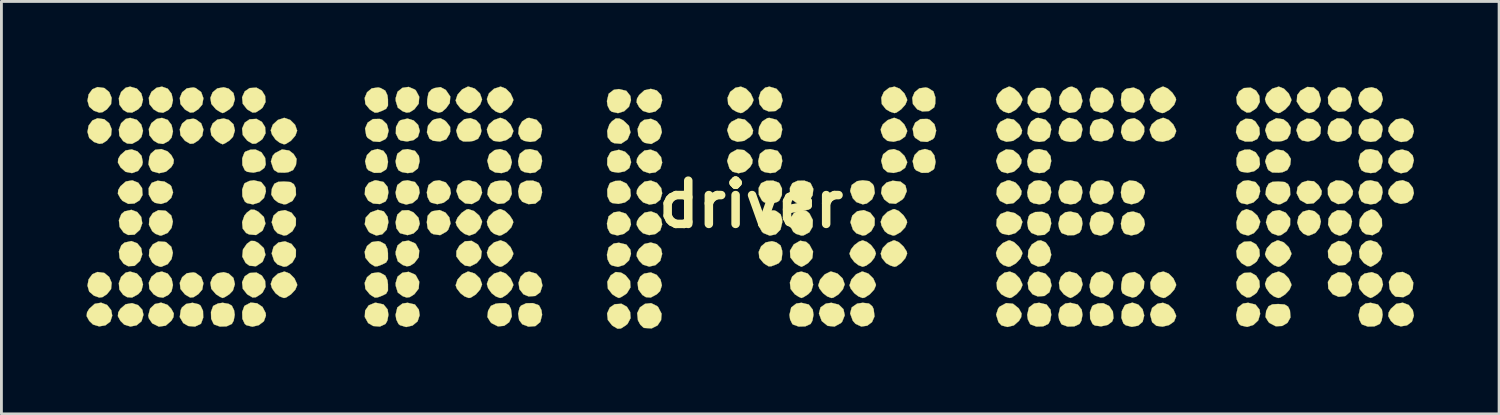
<source format=kicad_pcb>
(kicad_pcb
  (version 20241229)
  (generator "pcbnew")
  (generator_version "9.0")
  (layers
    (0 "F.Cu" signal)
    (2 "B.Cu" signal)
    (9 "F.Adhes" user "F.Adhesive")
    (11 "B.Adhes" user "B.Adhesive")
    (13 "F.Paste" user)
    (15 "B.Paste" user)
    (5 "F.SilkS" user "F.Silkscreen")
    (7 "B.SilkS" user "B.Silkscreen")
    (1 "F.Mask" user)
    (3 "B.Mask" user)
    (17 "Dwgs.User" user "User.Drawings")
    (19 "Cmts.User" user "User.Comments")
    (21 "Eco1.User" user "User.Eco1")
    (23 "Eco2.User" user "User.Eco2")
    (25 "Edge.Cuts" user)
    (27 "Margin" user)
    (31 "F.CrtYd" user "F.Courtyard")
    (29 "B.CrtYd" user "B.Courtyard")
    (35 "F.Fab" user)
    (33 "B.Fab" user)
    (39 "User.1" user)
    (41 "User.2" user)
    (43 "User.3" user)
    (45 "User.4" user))
  (footprint "driver"
    (layer "F.Cu")
    (at 23.428 4.154)
    (property "Reference" "driver" (at 0 0 0) (layer "F.SilkS") (effects (font (size 1.524 1.524) (thickness 0.3))))
    (attr through_hole)
    (fp_poly (pts (xy -21.64 0.271) (xy -21.501 0.441) (xy -21.462 0.667) (xy -21.543 0.893) (xy -21.734 1.068) (xy -21.959 1.08) (xy -22.118 0.995) (xy -22.26 0.798) (xy -22.286 0.558) (xy -22.199 0.343) (xy -22.087 0.248) (xy -21.846 0.194) (xy -21.64 0.271)) (stroke (width 0.01) (type solid)) (fill yes) (layer "F.SilkS"))
    (fp_poly (pts (xy -21.64 1.372) (xy -21.501 1.542) (xy -21.462 1.767) (xy -21.543 1.994) (xy -21.734 2.169) (xy -21.959 2.181) (xy -22.118 2.095) (xy -22.26 1.898) (xy -22.286 1.659) (xy -22.199 1.443) (xy -22.087 1.349) (xy -21.846 1.295) (xy -21.64 1.372)) (stroke (width 0.01) (type solid)) (fill yes) (layer "F.SilkS"))
    (fp_poly (pts (xy -12.947 0.249) (xy -12.814 0.438) (xy -12.785 0.63) (xy -12.846 0.893) (xy -13.003 1.056) (xy -13.212 1.099) (xy -13.431 1.004) (xy -13.491 0.946) (xy -13.618 0.706) (xy -13.586 0.47) (xy -13.416 0.286) (xy -13.159 0.192) (xy -12.947 0.249)) (stroke (width 0.01) (type solid)) (fill yes) (layer "F.SilkS"))
    (fp_poly (pts (xy -7.573 2.442) (xy -7.409 2.623) (xy -7.354 2.862) (xy -7.431 3.1) (xy -7.606 3.23) (xy -7.841 3.246) (xy -8.025 3.17) (xy -8.166 2.988) (xy -8.195 2.764) (xy -8.125 2.552) (xy -7.969 2.405) (xy -7.82 2.371) (xy -7.573 2.442)) (stroke (width 0.01) (type solid)) (fill yes) (layer "F.SilkS"))
    (fp_poly (pts (xy 0.893 -4.077) (xy 1.058 -3.896) (xy 1.113 -3.658) (xy 1.036 -3.419) (xy 0.861 -3.29) (xy 0.626 -3.274) (xy 0.442 -3.349) (xy 0.3 -3.531) (xy 0.272 -3.755) (xy 0.342 -3.968) (xy 0.498 -4.114) (xy 0.647 -4.149) (xy 0.893 -4.077)) (stroke (width 0.01) (type solid)) (fill yes) (layer "F.SilkS"))
    (fp_poly (pts (xy 5.271 -0.8) (xy 5.444 -0.666) (xy 5.492 -0.468) (xy 5.396 -0.24) (xy 5.334 -0.169) (xy 5.1 -0.02) (xy 4.869 -0.04) (xy 4.697 -0.172) (xy 4.585 -0.394) (xy 4.619 -0.607) (xy 4.78 -0.769) (xy 4.993 -0.832) (xy 5.271 -0.8)) (stroke (width 0.01) (type solid)) (fill yes) (layer "F.SilkS"))
    (fp_poly (pts (xy 10.376 2.442) (xy 10.54 2.623) (xy 10.595 2.862) (xy 10.519 3.1) (xy 10.343 3.23) (xy 10.108 3.246) (xy 9.925 3.17) (xy 9.783 2.988) (xy 9.754 2.764) (xy 9.825 2.552) (xy 9.98 2.405) (xy 10.129 2.371) (xy 10.376 2.442)) (stroke (width 0.01) (type solid)) (fill yes) (layer "F.SilkS"))
    (fp_poly (pts (xy -22.703 3.547) (xy -22.558 3.731) (xy -22.521 3.925) (xy -22.59 4.135) (xy -22.761 4.265) (xy -22.982 4.302) (xy -23.2 4.236) (xy -23.333 4.106) (xy -23.423 3.941) (xy -23.409 3.81) (xy -23.333 3.683) (xy -23.139 3.508) (xy -22.913 3.468) (xy -22.703 3.547)) (stroke (width 0.01) (type solid)) (fill yes) (layer "F.SilkS"))
    (fp_poly (pts (xy -21.653 -4.081) (xy -21.497 -3.913) (xy -21.436 -3.694) (xy -21.491 -3.476) (xy -21.609 -3.349) (xy -21.822 -3.235) (xy -21.996 -3.247) (xy -22.135 -3.33) (xy -22.269 -3.515) (xy -22.288 -3.744) (xy -22.208 -3.961) (xy -22.045 -4.112) (xy -21.889 -4.149) (xy -21.653 -4.081)) (stroke (width 0.01) (type solid)) (fill yes) (layer "F.SilkS"))
    (fp_poly (pts (xy -21.653 -2.981) (xy -21.497 -2.812) (xy -21.436 -2.593) (xy -21.491 -2.375) (xy -21.609 -2.248) (xy -21.822 -2.134) (xy -21.996 -2.146) (xy -22.135 -2.229) (xy -22.269 -2.414) (xy -22.288 -2.643) (xy -22.208 -2.86) (xy -22.045 -3.011) (xy -21.889 -3.048) (xy -21.653 -2.981)) (stroke (width 0.01) (type solid)) (fill yes) (layer "F.SilkS"))
    (fp_poly (pts (xy -21.653 2.438) (xy -21.497 2.607) (xy -21.436 2.825) (xy -21.491 3.043) (xy -21.609 3.17) (xy -21.822 3.285) (xy -21.996 3.272) (xy -22.135 3.19) (xy -22.269 3.005) (xy -22.288 2.776) (xy -22.208 2.558) (xy -22.045 2.407) (xy -21.889 2.371) (xy -21.653 2.438)) (stroke (width 0.01) (type solid)) (fill yes) (layer "F.SilkS"))
    (fp_poly (pts (xy -21.631 -1.866) (xy -21.487 -1.709) (xy -21.445 -1.487) (xy -21.47 -1.373) (xy -21.612 -1.178) (xy -21.825 -1.101) (xy -22.051 -1.147) (xy -22.23 -1.307) (xy -22.321 -1.475) (xy -22.31 -1.604) (xy -22.233 -1.736) (xy -22.048 -1.9) (xy -21.833 -1.936) (xy -21.631 -1.866)) (stroke (width 0.01) (type solid)) (fill yes) (layer "F.SilkS"))
    (fp_poly (pts (xy -21.61 3.553) (xy -21.46 3.717) (xy -21.421 3.895) (xy -21.489 4.121) (xy -21.659 4.263) (xy -21.88 4.307) (xy -22.1 4.239) (xy -22.233 4.106) (xy -22.322 3.941) (xy -22.308 3.81) (xy -22.233 3.683) (xy -22.048 3.523) (xy -21.823 3.484) (xy -21.61 3.553)) (stroke (width 0.01) (type solid)) (fill yes) (layer "F.SilkS"))
    (fp_poly (pts (xy -21.603 -0.762) (xy -21.47 -0.574) (xy -21.453 -0.33) (xy -21.558 -0.142) (xy -21.739 -0.03) (xy -21.954 -0.017) (xy -22.158 -0.122) (xy -22.233 -0.212) (xy -22.322 -0.376) (xy -22.309 -0.506) (xy -22.23 -0.64) (xy -22.04 -0.806) (xy -21.813 -0.845) (xy -21.603 -0.762)) (stroke (width 0.01) (type solid)) (fill yes) (layer "F.SilkS"))
    (fp_poly (pts (xy -20.565 -4.078) (xy -20.43 -3.901) (xy -20.38 -3.675) (xy -20.43 -3.454) (xy -20.537 -3.33) (xy -20.728 -3.23) (xy -20.907 -3.255) (xy -21.063 -3.349) (xy -21.211 -3.536) (xy -21.231 -3.758) (xy -21.139 -3.966) (xy -20.955 -4.111) (xy -20.768 -4.149) (xy -20.565 -4.078)) (stroke (width 0.01) (type solid)) (fill yes) (layer "F.SilkS"))
    (fp_poly (pts (xy -20.565 -2.977) (xy -20.43 -2.8) (xy -20.38 -2.574) (xy -20.43 -2.353) (xy -20.537 -2.229) (xy -20.728 -2.129) (xy -20.907 -2.155) (xy -21.063 -2.248) (xy -21.211 -2.436) (xy -21.231 -2.658) (xy -21.139 -2.865) (xy -20.955 -3.01) (xy -20.768 -3.048) (xy -20.565 -2.977)) (stroke (width 0.01) (type solid)) (fill yes) (layer "F.SilkS"))
    (fp_poly (pts (xy -20.565 2.442) (xy -20.43 2.618) (xy -20.38 2.845) (xy -20.43 3.065) (xy -20.537 3.19) (xy -20.728 3.289) (xy -20.907 3.264) (xy -21.063 3.17) (xy -21.211 2.983) (xy -21.231 2.761) (xy -21.139 2.553) (xy -20.955 2.408) (xy -20.768 2.371) (xy -20.565 2.442)) (stroke (width 0.01) (type solid)) (fill yes) (layer "F.SilkS"))
    (fp_poly (pts (xy -17.506 1.293) (xy -17.372 1.36) (xy -17.175 1.547) (xy -17.12 1.781) (xy -17.215 2.014) (xy -17.236 2.039) (xy -17.454 2.183) (xy -17.681 2.164) (xy -17.816 2.068) (xy -17.936 1.843) (xy -17.912 1.592) (xy -17.774 1.392) (xy -17.634 1.289) (xy -17.506 1.293)) (stroke (width 0.01) (type solid)) (fill yes) (layer "F.SilkS"))
    (fp_poly (pts (xy -16.202 0.293) (xy -16.052 0.485) (xy -16.045 0.507) (xy -16.048 0.736) (xy -16.169 0.948) (xy -16.362 1.082) (xy -16.468 1.101) (xy -16.688 1.023) (xy -16.811 0.893) (xy -16.9 0.633) (xy -16.835 0.398) (xy -16.663 0.245) (xy -16.428 0.204) (xy -16.202 0.293)) (stroke (width 0.01) (type solid)) (fill yes) (layer "F.SilkS"))
    (fp_poly (pts (xy -16.202 1.394) (xy -16.052 1.586) (xy -16.045 1.608) (xy -16.048 1.837) (xy -16.169 2.049) (xy -16.362 2.183) (xy -16.468 2.201) (xy -16.688 2.124) (xy -16.811 1.994) (xy -16.9 1.734) (xy -16.835 1.498) (xy -16.663 1.346) (xy -16.428 1.305) (xy -16.202 1.394)) (stroke (width 0.01) (type solid)) (fill yes) (layer "F.SilkS"))
    (fp_poly (pts (xy -13.003 -2.982) (xy -12.839 -2.826) (xy -12.777 -2.599) (xy -12.832 -2.374) (xy -12.886 -2.303) (xy -13.092 -2.201) (xy -13.326 -2.219) (xy -13.518 -2.345) (xy -13.565 -2.42) (xy -13.607 -2.673) (xy -13.516 -2.881) (xy -13.331 -3.006) (xy -13.089 -3.012) (xy -13.003 -2.982)) (stroke (width 0.01) (type solid)) (fill yes) (layer "F.SilkS"))
    (fp_poly (pts (xy -12.962 -1.888) (xy -12.843 -1.728) (xy -12.798 -1.496) (xy -12.839 -1.278) (xy -12.874 -1.223) (xy -13.056 -1.115) (xy -13.286 -1.11) (xy -13.486 -1.199) (xy -13.551 -1.278) (xy -13.607 -1.521) (xy -13.539 -1.739) (xy -13.382 -1.895) (xy -13.171 -1.952) (xy -12.962 -1.888)) (stroke (width 0.01) (type solid)) (fill yes) (layer "F.SilkS"))
    (fp_poly (pts (xy -12.957 -0.789) (xy -12.813 -0.613) (xy -12.785 -0.423) (xy -12.822 -0.217) (xy -12.886 -0.102) (xy -13.083 -0.01) (xy -13.322 -0.029) (xy -13.498 -0.133) (xy -13.617 -0.347) (xy -13.604 -0.572) (xy -13.479 -0.756) (xy -13.264 -0.845) (xy -13.222 -0.847) (xy -12.957 -0.789)) (stroke (width 0.01) (type solid)) (fill yes) (layer "F.SilkS"))
    (fp_poly (pts (xy -12.957 3.529) (xy -12.813 3.705) (xy -12.785 3.895) (xy -12.822 4.101) (xy -12.886 4.216) (xy -13.083 4.308) (xy -13.322 4.289) (xy -13.498 4.185) (xy -13.617 3.971) (xy -13.604 3.746) (xy -13.479 3.562) (xy -13.264 3.473) (xy -13.222 3.471) (xy -12.957 3.529)) (stroke (width 0.01) (type solid)) (fill yes) (layer "F.SilkS"))
    (fp_poly (pts (xy -11.899 0.286) (xy -11.723 0.475) (xy -11.68 0.685) (xy -11.748 0.882) (xy -11.901 1.027) (xy -12.114 1.086) (xy -12.364 1.02) (xy -12.383 1.009) (xy -12.501 0.845) (xy -12.531 0.629) (xy -12.469 0.362) (xy -12.305 0.215) (xy -12.075 0.206) (xy -11.899 0.286)) (stroke (width 0.01) (type solid)) (fill yes) (layer "F.SilkS"))
    (fp_poly (pts (xy -11.892 -2.956) (xy -11.736 -2.799) (xy -11.679 -2.588) (xy -11.744 -2.379) (xy -11.899 -2.265) (xy -12.127 -2.218) (xy -12.344 -2.249) (xy -12.425 -2.299) (xy -12.522 -2.495) (xy -12.516 -2.727) (xy -12.416 -2.92) (xy -12.353 -2.968) (xy -12.11 -3.024) (xy -11.892 -2.956)) (stroke (width 0.01) (type solid)) (fill yes) (layer "F.SilkS"))
    (fp_poly (pts (xy -11.85 -0.787) (xy -11.712 -0.605) (xy -11.684 -0.409) (xy -11.756 -0.193) (xy -11.933 -0.046) (xy -12.159 0.007) (xy -12.377 -0.058) (xy -12.429 -0.102) (xy -12.507 -0.26) (xy -12.531 -0.423) (xy -12.47 -0.682) (xy -12.288 -0.821) (xy -12.107 -0.847) (xy -11.85 -0.787)) (stroke (width 0.01) (type solid)) (fill yes) (layer "F.SilkS"))
    (fp_poly (pts (xy -11.85 3.531) (xy -11.712 3.713) (xy -11.684 3.909) (xy -11.756 4.125) (xy -11.933 4.272) (xy -12.159 4.325) (xy -12.377 4.26) (xy -12.429 4.216) (xy -12.507 4.058) (xy -12.531 3.895) (xy -12.47 3.636) (xy -12.288 3.497) (xy -12.107 3.471) (xy -11.85 3.531)) (stroke (width 0.01) (type solid)) (fill yes) (layer "F.SilkS"))
    (fp_poly (pts (xy -11.849 -1.886) (xy -11.71 -1.705) (xy -11.684 -1.524) (xy -11.745 -1.266) (xy -11.926 -1.126) (xy -12.107 -1.101) (xy -12.314 -1.138) (xy -12.429 -1.202) (xy -12.507 -1.361) (xy -12.531 -1.524) (xy -12.47 -1.782) (xy -12.288 -1.922) (xy -12.107 -1.947) (xy -11.849 -1.886)) (stroke (width 0.01) (type solid)) (fill yes) (layer "F.SilkS"))
    (fp_poly (pts (xy -10.761 -0.772) (xy -10.615 -0.576) (xy -10.583 -0.393) (xy -10.656 -0.196) (xy -10.835 -0.059) (xy -11.06 -0.005) (xy -11.271 -0.057) (xy -11.328 -0.102) (xy -11.407 -0.26) (xy -11.43 -0.423) (xy -11.37 -0.68) (xy -11.189 -0.819) (xy -10.993 -0.847) (xy -10.761 -0.772)) (stroke (width 0.01) (type solid)) (fill yes) (layer "F.SilkS"))
    (fp_poly (pts (xy -9.692 -0.783) (xy -9.528 -0.623) (xy -9.481 -0.408) (xy -9.571 -0.184) (xy -9.616 -0.133) (xy -9.841 -0.01) (xy -10.082 -0.034) (xy -10.285 -0.198) (xy -10.297 -0.215) (xy -10.391 -0.472) (xy -10.334 -0.684) (xy -10.146 -0.818) (xy -9.953 -0.847) (xy -9.692 -0.783)) (stroke (width 0.01) (type solid)) (fill yes) (layer "F.SilkS"))
    (fp_poly (pts (xy -9.629 1.418) (xy -9.623 1.425) (xy -9.497 1.663) (xy -9.524 1.899) (xy -9.671 2.07) (xy -9.898 2.186) (xy -10.084 2.159) (xy -10.245 2.032) (xy -10.389 1.836) (xy -10.387 1.646) (xy -10.282 1.458) (xy -10.085 1.302) (xy -9.848 1.288) (xy -9.629 1.418)) (stroke (width 0.01) (type solid)) (fill yes) (layer "F.SilkS"))
    (fp_poly (pts (xy -8.629 -1.878) (xy -8.486 -1.705) (xy -8.432 -1.486) (xy -8.486 -1.274) (xy -8.587 -1.165) (xy -8.793 -1.101) (xy -9.024 -1.125) (xy -9.199 -1.226) (xy -9.226 -1.264) (xy -9.298 -1.537) (xy -9.228 -1.766) (xy -9.038 -1.913) (xy -8.844 -1.947) (xy -8.629 -1.878)) (stroke (width 0.01) (type solid)) (fill yes) (layer "F.SilkS"))
    (fp_poly (pts (xy -7.563 -2.981) (xy -7.402 -2.804) (xy -7.366 -2.639) (xy -7.424 -2.373) (xy -7.599 -2.23) (xy -7.789 -2.201) (xy -7.996 -2.238) (xy -8.111 -2.303) (xy -8.204 -2.497) (xy -8.182 -2.724) (xy -8.07 -2.924) (xy -7.891 -3.039) (xy -7.82 -3.048) (xy -7.563 -2.981)) (stroke (width 0.01) (type solid)) (fill yes) (layer "F.SilkS"))
    (fp_poly (pts (xy -7.531 -1.886) (xy -7.392 -1.705) (xy -7.366 -1.524) (xy -7.427 -1.266) (xy -7.608 -1.126) (xy -7.789 -1.101) (xy -7.996 -1.138) (xy -8.111 -1.202) (xy -8.189 -1.361) (xy -8.213 -1.524) (xy -8.152 -1.782) (xy -7.97 -1.922) (xy -7.789 -1.947) (xy -7.531 -1.886)) (stroke (width 0.01) (type solid)) (fill yes) (layer "F.SilkS"))
    (fp_poly (pts (xy -4.441 -1.855) (xy -4.285 -1.698) (xy -4.228 -1.487) (xy -4.293 -1.278) (xy -4.448 -1.164) (xy -4.677 -1.118) (xy -4.894 -1.148) (xy -4.975 -1.198) (xy -5.071 -1.394) (xy -5.066 -1.627) (xy -4.966 -1.819) (xy -4.903 -1.867) (xy -4.659 -1.923) (xy -4.441 -1.855)) (stroke (width 0.01) (type solid)) (fill yes) (layer "F.SilkS"))
    (fp_poly (pts (xy -4.411 0.328) (xy -4.265 0.525) (xy -4.233 0.708) (xy -4.306 0.905) (xy -4.485 1.042) (xy -4.71 1.096) (xy -4.921 1.044) (xy -4.978 0.999) (xy -5.057 0.841) (xy -5.08 0.677) (xy -5.02 0.42) (xy -4.839 0.282) (xy -4.643 0.254) (xy -4.411 0.328)) (stroke (width 0.01) (type solid)) (fill yes) (layer "F.SilkS"))
    (fp_poly (pts (xy -4.397 -4.002) (xy -4.256 -3.824) (xy -4.233 -3.672) (xy -4.302 -3.444) (xy -4.472 -3.283) (xy -4.691 -3.215) (xy -4.907 -3.264) (xy -4.978 -3.319) (xy -5.057 -3.477) (xy -5.08 -3.641) (xy -5.019 -3.899) (xy -4.838 -4.038) (xy -4.657 -4.064) (xy -4.397 -4.002)) (stroke (width 0.01) (type solid)) (fill yes) (layer "F.SilkS"))
    (fp_poly (pts (xy -4.397 1.417) (xy -4.256 1.595) (xy -4.233 1.747) (xy -4.302 1.975) (xy -4.472 2.135) (xy -4.691 2.204) (xy -4.907 2.155) (xy -4.978 2.1) (xy -5.057 1.941) (xy -5.08 1.778) (xy -5.019 1.52) (xy -4.838 1.38) (xy -4.657 1.355) (xy -4.397 1.417)) (stroke (width 0.01) (type solid)) (fill yes) (layer "F.SilkS"))
    (fp_poly (pts (xy -3.329 2.485) (xy -3.192 2.649) (xy -3.143 2.855) (xy -3.209 3.06) (xy -3.321 3.17) (xy -3.535 3.285) (xy -3.708 3.272) (xy -3.83 3.196) (xy -3.975 2.997) (xy -3.999 2.759) (xy -3.906 2.545) (xy -3.771 2.442) (xy -3.531 2.402) (xy -3.329 2.485)) (stroke (width 0.01) (type solid)) (fill yes) (layer "F.SilkS"))
    (fp_poly (pts (xy -3.324 -1.846) (xy -3.174 -1.668) (xy -3.133 -1.471) (xy -3.2 -1.256) (xy -3.367 -1.128) (xy -3.586 -1.097) (xy -3.805 -1.172) (xy -3.945 -1.312) (xy -4.034 -1.478) (xy -4.02 -1.608) (xy -3.945 -1.736) (xy -3.758 -1.897) (xy -3.535 -1.928) (xy -3.324 -1.846)) (stroke (width 0.01) (type solid)) (fill yes) (layer "F.SilkS"))
    (fp_poly (pts (xy -3.324 -2.929) (xy -3.186 -2.757) (xy -3.144 -2.543) (xy -3.224 -2.326) (xy -3.288 -2.257) (xy -3.518 -2.128) (xy -3.746 -2.168) (xy -3.83 -2.223) (xy -3.975 -2.422) (xy -3.999 -2.66) (xy -3.906 -2.873) (xy -3.771 -2.977) (xy -3.528 -3.016) (xy -3.324 -2.929)) (stroke (width 0.01) (type solid)) (fill yes) (layer "F.SilkS"))
    (fp_poly (pts (xy -3.322 -4.013) (xy -3.173 -3.855) (xy -3.133 -3.672) (xy -3.2 -3.429) (xy -3.37 -3.275) (xy -3.59 -3.225) (xy -3.811 -3.294) (xy -3.945 -3.429) (xy -4.034 -3.595) (xy -4.02 -3.725) (xy -3.945 -3.852) (xy -3.757 -4.023) (xy -3.533 -4.072) (xy -3.322 -4.013)) (stroke (width 0.01) (type solid)) (fill yes) (layer "F.SilkS"))
    (fp_poly (pts (xy -3.322 1.406) (xy -3.173 1.564) (xy -3.133 1.747) (xy -3.2 1.99) (xy -3.37 2.144) (xy -3.59 2.194) (xy -3.811 2.125) (xy -3.945 1.99) (xy -4.034 1.824) (xy -4.02 1.694) (xy -3.945 1.566) (xy -3.757 1.396) (xy -3.533 1.346) (xy -3.322 1.406)) (stroke (width 0.01) (type solid)) (fill yes) (layer "F.SilkS"))
    (fp_poly (pts (xy -3.317 -0.758) (xy -3.17 -0.578) (xy -3.133 -0.392) (xy -3.199 -0.165) (xy -3.366 -0.028) (xy -3.585 0.007) (xy -3.805 -0.069) (xy -3.945 -0.212) (xy -4.034 -0.377) (xy -4.02 -0.508) (xy -3.945 -0.635) (xy -3.755 -0.801) (xy -3.529 -0.837) (xy -3.317 -0.758)) (stroke (width 0.01) (type solid)) (fill yes) (layer "F.SilkS"))
    (fp_poly (pts (xy -3.315 0.33) (xy -3.17 0.514) (xy -3.133 0.708) (xy -3.201 0.918) (xy -3.372 1.047) (xy -3.593 1.085) (xy -3.811 1.019) (xy -3.945 0.889) (xy -4.034 0.723) (xy -4.02 0.593) (xy -3.945 0.466) (xy -3.751 0.291) (xy -3.524 0.25) (xy -3.315 0.33)) (stroke (width 0.01) (type solid)) (fill yes) (layer "F.SilkS"))
    (fp_poly (pts (xy 0.903 -2.981) (xy 1.065 -2.804) (xy 1.101 -2.639) (xy 1.043 -2.373) (xy 0.867 -2.23) (xy 0.677 -2.201) (xy 0.471 -2.238) (xy 0.356 -2.303) (xy 0.263 -2.497) (xy 0.285 -2.724) (xy 0.396 -2.924) (xy 0.576 -3.039) (xy 0.647 -3.048) (xy 0.903 -2.981)) (stroke (width 0.01) (type solid)) (fill yes) (layer "F.SilkS"))
    (fp_poly (pts (xy 0.936 -1.886) (xy 1.075 -1.705) (xy 1.101 -1.524) (xy 1.04 -1.266) (xy 0.858 -1.126) (xy 0.677 -1.101) (xy 0.471 -1.138) (xy 0.356 -1.202) (xy 0.277 -1.361) (xy 0.254 -1.524) (xy 0.315 -1.782) (xy 0.496 -1.922) (xy 0.677 -1.947) (xy 0.936 -1.886)) (stroke (width 0.01) (type solid)) (fill yes) (layer "F.SilkS"))
    (fp_poly (pts (xy 1.943 0.223) (xy 2.061 0.324) (xy 2.178 0.552) (xy 2.17 0.79) (xy 2.056 0.987) (xy 1.853 1.094) (xy 1.778 1.101) (xy 1.592 1.043) (xy 1.488 0.968) (xy 1.369 0.743) (xy 1.388 0.492) (xy 1.51 0.309) (xy 1.733 0.182) (xy 1.943 0.223)) (stroke (width 0.01) (type solid)) (fill yes) (layer "F.SilkS"))
    (fp_poly (pts (xy 3.092 3.535) (xy 3.257 3.695) (xy 3.304 3.91) (xy 3.214 4.134) (xy 3.169 4.185) (xy 2.944 4.308) (xy 2.702 4.284) (xy 2.499 4.12) (xy 2.488 4.103) (xy 2.394 3.846) (xy 2.45 3.634) (xy 2.639 3.5) (xy 2.832 3.471) (xy 3.092 3.535)) (stroke (width 0.01) (type solid)) (fill yes) (layer "F.SilkS"))
    (fp_poly (pts (xy 4.157 3.496) (xy 4.276 3.596) (xy 4.322 3.694) (xy 4.353 3.95) (xy 4.264 4.152) (xy 4.096 4.278) (xy 3.889 4.307) (xy 3.685 4.214) (xy 3.588 4.103) (xy 3.494 3.846) (xy 3.55 3.635) (xy 3.739 3.501) (xy 3.937 3.471) (xy 4.157 3.496)) (stroke (width 0.01) (type solid)) (fill yes) (layer "F.SilkS"))
    (fp_poly (pts (xy 4.165 -0.818) (xy 4.295 -0.707) (xy 4.332 -0.638) (xy 4.363 -0.398) (xy 4.267 -0.176) (xy 4.081 -0.029) (xy 3.937 0) (xy 3.716 -0.079) (xy 3.588 -0.215) (xy 3.494 -0.472) (xy 3.55 -0.683) (xy 3.739 -0.817) (xy 3.937 -0.847) (xy 4.165 -0.818)) (stroke (width 0.01) (type solid)) (fill yes) (layer "F.SilkS"))
    (fp_poly (pts (xy 4.202 0.293) (xy 4.352 0.485) (xy 4.36 0.507) (xy 4.356 0.736) (xy 4.236 0.948) (xy 4.043 1.082) (xy 3.937 1.101) (xy 3.717 1.023) (xy 3.593 0.893) (xy 3.504 0.633) (xy 3.57 0.398) (xy 3.742 0.245) (xy 3.977 0.204) (xy 4.202 0.293)) (stroke (width 0.01) (type solid)) (fill yes) (layer "F.SilkS"))
    (fp_poly (pts (xy 5.235 -1.876) (xy 5.411 -1.706) (xy 5.501 -1.503) (xy 5.503 -1.469) (xy 5.431 -1.287) (xy 5.253 -1.162) (xy 5.026 -1.107) (xy 4.809 -1.137) (xy 4.66 -1.264) (xy 4.588 -1.536) (xy 4.657 -1.765) (xy 4.846 -1.913) (xy 5.039 -1.947) (xy 5.235 -1.876)) (stroke (width 0.01) (type solid)) (fill yes) (layer "F.SilkS"))
    (fp_poly (pts (xy 6.301 -2.982) (xy 6.465 -2.826) (xy 6.527 -2.599) (xy 6.472 -2.374) (xy 6.418 -2.303) (xy 6.212 -2.201) (xy 5.978 -2.219) (xy 5.786 -2.345) (xy 5.739 -2.42) (xy 5.697 -2.673) (xy 5.788 -2.881) (xy 5.973 -3.006) (xy 6.215 -3.012) (xy 6.301 -2.982)) (stroke (width 0.01) (type solid)) (fill yes) (layer "F.SilkS"))
    (fp_poly (pts (xy 6.342 -1.888) (xy 6.461 -1.728) (xy 6.506 -1.496) (xy 6.465 -1.278) (xy 6.43 -1.223) (xy 6.248 -1.115) (xy 6.018 -1.11) (xy 5.818 -1.199) (xy 5.753 -1.278) (xy 5.697 -1.521) (xy 5.765 -1.739) (xy 5.922 -1.895) (xy 6.133 -1.952) (xy 6.342 -1.888)) (stroke (width 0.01) (type solid)) (fill yes) (layer "F.SilkS"))
    (fp_poly (pts (xy 10.386 -2.981) (xy 10.548 -2.804) (xy 10.583 -2.639) (xy 10.525 -2.373) (xy 10.35 -2.23) (xy 10.16 -2.201) (xy 9.954 -2.238) (xy 9.838 -2.303) (xy 9.746 -2.497) (xy 9.767 -2.724) (xy 9.879 -2.924) (xy 10.058 -3.039) (xy 10.129 -3.048) (xy 10.386 -2.981)) (stroke (width 0.01) (type solid)) (fill yes) (layer "F.SilkS"))
    (fp_poly (pts (xy 10.418 -1.886) (xy 10.558 -1.705) (xy 10.583 -1.524) (xy 10.522 -1.266) (xy 10.341 -1.126) (xy 10.16 -1.101) (xy 9.954 -1.138) (xy 9.838 -1.202) (xy 9.76 -1.361) (xy 9.737 -1.524) (xy 9.798 -1.782) (xy 9.979 -1.922) (xy 10.16 -1.947) (xy 10.418 -1.886)) (stroke (width 0.01) (type solid)) (fill yes) (layer "F.SilkS"))
    (fp_poly (pts (xy 10.418 -0.786) (xy 10.558 -0.604) (xy 10.583 -0.423) (xy 10.522 -0.165) (xy 10.341 -0.026) (xy 10.16 0) (xy 9.954 -0.037) (xy 9.838 -0.102) (xy 9.76 -0.26) (xy 9.737 -0.423) (xy 9.798 -0.682) (xy 9.979 -0.821) (xy 10.16 -0.847) (xy 10.418 -0.786)) (stroke (width 0.01) (type solid)) (fill yes) (layer "F.SilkS"))
    (fp_poly (pts (xy 11.487 -2.981) (xy 11.648 -2.804) (xy 11.684 -2.639) (xy 11.626 -2.373) (xy 11.451 -2.23) (xy 11.261 -2.201) (xy 11.054 -2.238) (xy 10.939 -2.303) (xy 10.846 -2.497) (xy 10.868 -2.724) (xy 10.98 -2.924) (xy 11.159 -3.039) (xy 11.23 -3.048) (xy 11.487 -2.981)) (stroke (width 0.01) (type solid)) (fill yes) (layer "F.SilkS"))
    (fp_poly (pts (xy 11.519 -0.786) (xy 11.658 -0.604) (xy 11.684 -0.423) (xy 11.623 -0.165) (xy 11.442 -0.026) (xy 11.261 0) (xy 11.054 -0.037) (xy 10.939 -0.102) (xy 10.861 -0.26) (xy 10.837 -0.423) (xy 10.898 -0.682) (xy 11.08 -0.821) (xy 11.261 -0.847) (xy 11.519 -0.786)) (stroke (width 0.01) (type solid)) (fill yes) (layer "F.SilkS"))
    (fp_poly (pts (xy 12.57 -4.032) (xy 12.746 -3.843) (xy 12.788 -3.633) (xy 12.721 -3.436) (xy 12.568 -3.291) (xy 12.354 -3.232) (xy 12.105 -3.298) (xy 12.086 -3.309) (xy 11.967 -3.473) (xy 11.938 -3.689) (xy 12 -3.956) (xy 12.163 -4.103) (xy 12.394 -4.112) (xy 12.57 -4.032)) (stroke (width 0.01) (type solid)) (fill yes) (layer "F.SilkS"))
    (fp_poly (pts (xy 12.577 -2.956) (xy 12.733 -2.799) (xy 12.79 -2.588) (xy 12.725 -2.379) (xy 12.57 -2.265) (xy 12.341 -2.218) (xy 12.124 -2.249) (xy 12.043 -2.299) (xy 11.947 -2.495) (xy 11.952 -2.727) (xy 12.052 -2.92) (xy 12.115 -2.968) (xy 12.359 -3.024) (xy 12.577 -2.956)) (stroke (width 0.01) (type solid)) (fill yes) (layer "F.SilkS"))
    (fp_poly (pts (xy 12.618 -0.787) (xy 12.757 -0.605) (xy 12.785 -0.409) (xy 12.713 -0.193) (xy 12.535 -0.046) (xy 12.309 0.007) (xy 12.092 -0.058) (xy 12.04 -0.102) (xy 11.961 -0.26) (xy 11.938 -0.423) (xy 11.999 -0.682) (xy 12.18 -0.821) (xy 12.361 -0.847) (xy 12.618 -0.787)) (stroke (width 0.01) (type solid)) (fill yes) (layer "F.SilkS"))
    (fp_poly (pts (xy 12.621 0.316) (xy 12.762 0.494) (xy 12.785 0.646) (xy 12.716 0.874) (xy 12.546 1.035) (xy 12.327 1.103) (xy 12.111 1.054) (xy 12.04 0.999) (xy 11.961 0.841) (xy 11.938 0.677) (xy 11.999 0.419) (xy 12.18 0.28) (xy 12.361 0.254) (xy 12.621 0.316)) (stroke (width 0.01) (type solid)) (fill yes) (layer "F.SilkS"))
    (fp_poly (pts (xy 13.653 3.534) (xy 13.804 3.697) (xy 13.862 3.919) (xy 13.805 4.141) (xy 13.649 4.276) (xy 13.425 4.318) (xy 13.209 4.263) (xy 13.128 4.196) (xy 13.056 4.001) (xy 13.073 3.765) (xy 13.169 3.571) (xy 13.216 3.531) (xy 13.445 3.466) (xy 13.653 3.534)) (stroke (width 0.01) (type solid)) (fill yes) (layer "F.SilkS"))
    (fp_poly (pts (xy 13.707 0.328) (xy 13.853 0.525) (xy 13.885 0.708) (xy 13.813 0.905) (xy 13.634 1.042) (xy 13.409 1.096) (xy 13.198 1.044) (xy 13.14 0.999) (xy 13.062 0.841) (xy 13.039 0.677) (xy 13.099 0.42) (xy 13.28 0.282) (xy 13.476 0.254) (xy 13.707 0.328)) (stroke (width 0.01) (type solid)) (fill yes) (layer "F.SilkS"))
    (fp_poly (pts (xy 14.718 3.542) (xy 14.893 3.712) (xy 14.984 3.916) (xy 14.986 3.95) (xy 14.914 4.131) (xy 14.735 4.257) (xy 14.509 4.311) (xy 14.292 4.282) (xy 14.142 4.154) (xy 14.07 3.882) (xy 14.139 3.653) (xy 14.329 3.505) (xy 14.522 3.471) (xy 14.718 3.542)) (stroke (width 0.01) (type solid)) (fill yes) (layer "F.SilkS"))
    (fp_poly (pts (xy 17.646 -3.005) (xy 17.777 -2.923) (xy 17.919 -2.71) (xy 17.937 -2.475) (xy 17.848 -2.303) (xy 17.664 -2.217) (xy 17.427 -2.213) (xy 17.228 -2.289) (xy 17.192 -2.323) (xy 17.096 -2.538) (xy 17.128 -2.748) (xy 17.253 -2.919) (xy 17.437 -3.017) (xy 17.646 -3.005)) (stroke (width 0.01) (type solid)) (fill yes) (layer "F.SilkS"))
    (fp_poly (pts (xy 17.785 -0.785) (xy 17.927 -0.606) (xy 17.949 -0.455) (xy 17.881 -0.227) (xy 17.711 -0.066) (xy 17.492 0.002) (xy 17.275 -0.046) (xy 17.204 -0.102) (xy 17.126 -0.26) (xy 17.103 -0.423) (xy 17.164 -0.682) (xy 17.345 -0.821) (xy 17.526 -0.847) (xy 17.785 -0.785)) (stroke (width 0.01) (type solid)) (fill yes) (layer "F.SilkS"))
    (fp_poly (pts (xy 17.785 3.533) (xy 17.927 3.712) (xy 17.949 3.863) (xy 17.881 4.091) (xy 17.711 4.252) (xy 17.492 4.32) (xy 17.275 4.272) (xy 17.204 4.216) (xy 17.126 4.058) (xy 17.103 3.895) (xy 17.164 3.636) (xy 17.345 3.497) (xy 17.526 3.471) (xy 17.785 3.533)) (stroke (width 0.01) (type solid)) (fill yes) (layer "F.SilkS"))
    (fp_poly (pts (xy 18.85 0.293) (xy 19 0.485) (xy 19.007 0.507) (xy 19.004 0.736) (xy 18.883 0.948) (xy 18.69 1.082) (xy 18.584 1.101) (xy 18.364 1.023) (xy 18.241 0.893) (xy 18.152 0.633) (xy 18.217 0.398) (xy 18.389 0.245) (xy 18.624 0.204) (xy 18.85 0.293)) (stroke (width 0.01) (type solid)) (fill yes) (layer "F.SilkS"))
    (fp_poly (pts (xy 19.808 -3.001) (xy 19.986 -2.888) (xy 20.088 -2.709) (xy 20.075 -2.496) (xy 20.032 -2.414) (xy 19.86 -2.269) (xy 19.637 -2.214) (xy 19.427 -2.252) (xy 19.31 -2.36) (xy 19.226 -2.611) (xy 19.288 -2.813) (xy 19.382 -2.915) (xy 19.593 -3.021) (xy 19.808 -3.001)) (stroke (width 0.01) (type solid)) (fill yes) (layer "F.SilkS"))
    (fp_poly (pts (xy 19.837 -4.12) (xy 20.008 -3.971) (xy 20.086 -3.711) (xy 20.087 -3.668) (xy 20.018 -3.439) (xy 19.847 -3.269) (xy 19.669 -3.217) (xy 19.531 -3.273) (xy 19.389 -3.387) (xy 19.24 -3.621) (xy 19.256 -3.852) (xy 19.374 -4.009) (xy 19.613 -4.139) (xy 19.837 -4.12)) (stroke (width 0.01) (type solid)) (fill yes) (layer "F.SilkS"))
    (fp_poly (pts (xy 19.865 0.243) (xy 20.036 0.396) (xy 20.09 0.606) (xy 20.04 0.826) (xy 19.9 1.006) (xy 19.683 1.097) (xy 19.628 1.101) (xy 19.475 1.035) (xy 19.341 0.893) (xy 19.256 0.646) (xy 19.303 0.422) (xy 19.451 0.26) (xy 19.669 0.198) (xy 19.865 0.243)) (stroke (width 0.01) (type solid)) (fill yes) (layer "F.SilkS"))
    (fp_poly (pts (xy 20.876 -3.02) (xy 21.059 -2.909) (xy 21.172 -2.73) (xy 21.177 -2.514) (xy 21.113 -2.38) (xy 20.931 -2.244) (xy 20.69 -2.202) (xy 20.47 -2.264) (xy 20.422 -2.303) (xy 20.33 -2.5) (xy 20.349 -2.739) (xy 20.453 -2.915) (xy 20.661 -3.032) (xy 20.876 -3.02)) (stroke (width 0.01) (type solid)) (fill yes) (layer "F.SilkS"))
    (fp_poly (pts (xy 20.934 -4.103) (xy 21.11 -3.959) (xy 21.187 -3.714) (xy 21.188 -3.691) (xy 21.121 -3.436) (xy 20.95 -3.285) (xy 20.717 -3.259) (xy 20.508 -3.349) (xy 20.352 -3.546) (xy 20.338 -3.783) (xy 20.468 -4.002) (xy 20.475 -4.009) (xy 20.706 -4.127) (xy 20.934 -4.103)) (stroke (width 0.01) (type solid)) (fill yes) (layer "F.SilkS"))
    (fp_poly (pts (xy 20.934 1.315) (xy 21.11 1.46) (xy 21.187 1.705) (xy 21.188 1.727) (xy 21.121 1.983) (xy 20.95 2.134) (xy 20.717 2.159) (xy 20.508 2.069) (xy 20.352 1.872) (xy 20.338 1.636) (xy 20.468 1.417) (xy 20.475 1.41) (xy 20.706 1.291) (xy 20.934 1.315)) (stroke (width 0.01) (type solid)) (fill yes) (layer "F.SilkS"))
    (fp_poly (pts (xy 20.934 2.416) (xy 21.11 2.561) (xy 21.187 2.805) (xy 21.188 2.828) (xy 21.121 3.083) (xy 20.95 3.234) (xy 20.717 3.26) (xy 20.508 3.17) (xy 20.352 2.973) (xy 20.338 2.736) (xy 20.468 2.517) (xy 20.475 2.511) (xy 20.706 2.392) (xy 20.934 2.416)) (stroke (width 0.01) (type solid)) (fill yes) (layer "F.SilkS"))
    (fp_poly (pts (xy 21.986 0.206) (xy 22.092 0.291) (xy 22.24 0.518) (xy 22.248 0.77) (xy 22.134 0.968) (xy 21.911 1.089) (xy 21.673 1.053) (xy 21.549 0.963) (xy 21.44 0.751) (xy 21.467 0.513) (xy 21.618 0.308) (xy 21.69 0.259) (xy 21.864 0.181) (xy 21.986 0.206)) (stroke (width 0.01) (type solid)) (fill yes) (layer "F.SilkS"))
    (fp_poly (pts (xy 22.102 -1.886) (xy 22.242 -1.705) (xy 22.267 -1.524) (xy 22.206 -1.266) (xy 22.025 -1.126) (xy 21.844 -1.101) (xy 21.638 -1.138) (xy 21.522 -1.202) (xy 21.444 -1.361) (xy 21.421 -1.524) (xy 21.482 -1.782) (xy 21.663 -1.922) (xy 21.844 -1.947) (xy 22.102 -1.886)) (stroke (width 0.01) (type solid)) (fill yes) (layer "F.SilkS"))
    (fp_poly (pts (xy 22.102 -0.786) (xy 22.242 -0.604) (xy 22.267 -0.423) (xy 22.206 -0.165) (xy 22.025 -0.026) (xy 21.844 0) (xy 21.638 -0.037) (xy 21.522 -0.102) (xy 21.444 -0.26) (xy 21.421 -0.423) (xy 21.482 -0.682) (xy 21.663 -0.821) (xy 21.844 -0.847) (xy 22.102 -0.786)) (stroke (width 0.01) (type solid)) (fill yes) (layer "F.SilkS"))
    (fp_poly (pts (xy 22.115 -2.953) (xy 22.248 -2.771) (xy 22.267 -2.643) (xy 22.21 -2.376) (xy 22.037 -2.231) (xy 21.844 -2.201) (xy 21.638 -2.238) (xy 21.522 -2.303) (xy 21.421 -2.506) (xy 21.437 -2.739) (xy 21.557 -2.93) (xy 21.632 -2.979) (xy 21.895 -3.03) (xy 22.115 -2.953)) (stroke (width 0.01) (type solid)) (fill yes) (layer "F.SilkS"))
    (fp_poly (pts (xy 23.173 -1.872) (xy 23.326 -1.724) (xy 23.368 -1.555) (xy 23.302 -1.302) (xy 23.134 -1.144) (xy 22.915 -1.095) (xy 22.693 -1.17) (xy 22.556 -1.312) (xy 22.466 -1.478) (xy 22.481 -1.608) (xy 22.556 -1.736) (xy 22.736 -1.89) (xy 22.959 -1.932) (xy 23.173 -1.872)) (stroke (width 0.01) (type solid)) (fill yes) (layer "F.SilkS"))
    (fp_poly (pts (xy 23.177 -2.947) (xy 23.326 -2.768) (xy 23.368 -2.571) (xy 23.301 -2.357) (xy 23.133 -2.229) (xy 22.915 -2.197) (xy 22.696 -2.273) (xy 22.556 -2.413) (xy 22.466 -2.579) (xy 22.481 -2.709) (xy 22.556 -2.836) (xy 22.742 -2.997) (xy 22.966 -3.029) (xy 23.177 -2.947)) (stroke (width 0.01) (type solid)) (fill yes) (layer "F.SilkS"))
    (fp_poly (pts (xy 23.186 -0.771) (xy 23.331 -0.587) (xy 23.368 -0.393) (xy 23.299 -0.183) (xy 23.128 -0.053) (xy 22.908 -0.016) (xy 22.69 -0.082) (xy 22.556 -0.212) (xy 22.466 -0.377) (xy 22.481 -0.508) (xy 22.556 -0.635) (xy 22.75 -0.81) (xy 22.976 -0.85) (xy 23.186 -0.771)) (stroke (width 0.01) (type solid)) (fill yes) (layer "F.SilkS"))
    (fp_poly (pts (xy 23.186 3.547) (xy 23.331 3.731) (xy 23.368 3.925) (xy 23.299 4.135) (xy 23.128 4.265) (xy 22.908 4.302) (xy 22.69 4.236) (xy 22.556 4.106) (xy 22.466 3.941) (xy 22.481 3.81) (xy 22.556 3.683) (xy 22.75 3.508) (xy 22.976 3.468) (xy 23.186 3.547)) (stroke (width 0.01) (type solid)) (fill yes) (layer "F.SilkS"))
    (fp_poly (pts (xy -22.801 -4.101) (xy -22.628 -3.958) (xy -22.542 -3.752) (xy -22.563 -3.532) (xy -22.71 -3.349) (xy -22.864 -3.25) (xy -22.979 -3.235) (xy -23.149 -3.294) (xy -23.166 -3.3) (xy -23.333 -3.443) (xy -23.393 -3.654) (xy -23.353 -3.877) (xy -23.221 -4.057) (xy -23.041 -4.134) (xy -22.801 -4.101)) (stroke (width 0.01) (type solid)) (fill yes) (layer "F.SilkS"))
    (fp_poly (pts (xy -22.801 -3) (xy -22.628 -2.857) (xy -22.542 -2.651) (xy -22.563 -2.432) (xy -22.71 -2.248) (xy -22.864 -2.149) (xy -22.979 -2.134) (xy -23.149 -2.193) (xy -23.166 -2.2) (xy -23.333 -2.343) (xy -23.393 -2.553) (xy -23.353 -2.776) (xy -23.221 -2.956) (xy -23.041 -3.034) (xy -22.801 -3)) (stroke (width 0.01) (type solid)) (fill yes) (layer "F.SilkS"))
    (fp_poly (pts (xy -22.801 2.418) (xy -22.628 2.562) (xy -22.542 2.767) (xy -22.563 2.987) (xy -22.71 3.17) (xy -22.864 3.27) (xy -22.979 3.285) (xy -23.149 3.226) (xy -23.166 3.219) (xy -23.333 3.076) (xy -23.393 2.865) (xy -23.353 2.643) (xy -23.221 2.463) (xy -23.041 2.385) (xy -22.801 2.418)) (stroke (width 0.01) (type solid)) (fill yes) (layer "F.SilkS"))
    (fp_poly (pts (xy -20.678 -0.802) (xy -20.475 -0.679) (xy -20.439 -0.634) (xy -20.376 -0.421) (xy -20.442 -0.226) (xy -20.597 -0.08) (xy -20.801 -0.013) (xy -21.014 -0.054) (xy -21.114 -0.128) (xy -21.23 -0.337) (xy -21.236 -0.572) (xy -21.13 -0.757) (xy -21.129 -0.758) (xy -20.923 -0.833) (xy -20.678 -0.802)) (stroke (width 0.01) (type solid)) (fill yes) (layer "F.SilkS"))
    (fp_poly (pts (xy -20.651 0.224) (xy -20.613 0.24) (xy -20.44 0.394) (xy -20.383 0.607) (xy -20.43 0.829) (xy -20.568 1.009) (xy -20.784 1.098) (xy -20.831 1.101) (xy -20.994 1.042) (xy -21.111 0.946) (xy -21.227 0.72) (xy -21.211 0.494) (xy -21.09 0.309) (xy -20.894 0.206) (xy -20.651 0.224)) (stroke (width 0.01) (type solid)) (fill yes) (layer "F.SilkS"))
    (fp_poly (pts (xy -20.651 1.325) (xy -20.613 1.341) (xy -20.44 1.495) (xy -20.383 1.707) (xy -20.43 1.929) (xy -20.568 2.11) (xy -20.784 2.199) (xy -20.831 2.201) (xy -20.994 2.142) (xy -21.111 2.046) (xy -21.227 1.821) (xy -21.211 1.595) (xy -21.09 1.41) (xy -20.894 1.307) (xy -20.651 1.325)) (stroke (width 0.01) (type solid)) (fill yes) (layer "F.SilkS"))
    (fp_poly (pts (xy -20.576 3.541) (xy -20.439 3.683) (xy -20.35 3.849) (xy -20.364 3.979) (xy -20.439 4.106) (xy -20.636 4.277) (xy -20.877 4.31) (xy -21.105 4.198) (xy -21.118 4.185) (xy -21.227 4.023) (xy -21.251 3.925) (xy -21.185 3.673) (xy -21.018 3.515) (xy -20.799 3.466) (xy -20.576 3.541)) (stroke (width 0.01) (type solid)) (fill yes) (layer "F.SilkS"))
    (fp_poly (pts (xy -20.569 -1.866) (xy -20.439 -1.736) (xy -20.35 -1.57) (xy -20.364 -1.44) (xy -20.439 -1.312) (xy -20.626 -1.153) (xy -20.867 -1.097) (xy -21.092 -1.157) (xy -21.15 -1.202) (xy -21.243 -1.406) (xy -21.213 -1.67) (xy -21.164 -1.784) (xy -21.007 -1.922) (xy -20.789 -1.948) (xy -20.569 -1.866)) (stroke (width 0.01) (type solid)) (fill yes) (layer "F.SilkS"))
    (fp_poly (pts (xy -19.577 -4.099) (xy -19.385 -3.957) (xy -19.307 -3.742) (xy -19.348 -3.515) (xy -19.487 -3.352) (xy -19.657 -3.245) (xy -19.774 -3.236) (xy -19.926 -3.324) (xy -19.962 -3.349) (xy -20.115 -3.536) (xy -20.139 -3.752) (xy -20.056 -3.951) (xy -19.89 -4.089) (xy -19.664 -4.121) (xy -19.577 -4.099)) (stroke (width 0.01) (type solid)) (fill yes) (layer "F.SilkS"))
    (fp_poly (pts (xy -19.577 -2.998) (xy -19.385 -2.856) (xy -19.307 -2.642) (xy -19.348 -2.414) (xy -19.487 -2.252) (xy -19.657 -2.144) (xy -19.774 -2.135) (xy -19.926 -2.223) (xy -19.962 -2.248) (xy -20.115 -2.436) (xy -20.139 -2.651) (xy -20.056 -2.85) (xy -19.89 -2.988) (xy -19.664 -3.02) (xy -19.577 -2.998)) (stroke (width 0.01) (type solid)) (fill yes) (layer "F.SilkS"))
    (fp_poly (pts (xy -19.577 2.42) (xy -19.385 2.562) (xy -19.307 2.777) (xy -19.348 3.005) (xy -19.487 3.167) (xy -19.657 3.274) (xy -19.774 3.284) (xy -19.926 3.196) (xy -19.962 3.17) (xy -20.115 2.983) (xy -20.139 2.767) (xy -20.056 2.568) (xy -19.89 2.43) (xy -19.664 2.399) (xy -19.577 2.42)) (stroke (width 0.01) (type solid)) (fill yes) (layer "F.SilkS"))
    (fp_poly (pts (xy -19.477 3.521) (xy -19.406 3.573) (xy -19.321 3.756) (xy -19.314 3.995) (xy -19.386 4.194) (xy -19.406 4.216) (xy -19.603 4.308) (xy -19.841 4.289) (xy -20.018 4.185) (xy -20.14 3.974) (xy -20.105 3.725) (xy -20.063 3.635) (xy -19.914 3.512) (xy -19.692 3.471) (xy -19.477 3.521)) (stroke (width 0.01) (type solid)) (fill yes) (layer "F.SilkS"))
    (fp_poly (pts (xy -18.415 -4.079) (xy -18.247 -3.925) (xy -18.197 -3.705) (xy -18.266 -3.481) (xy -18.392 -3.349) (xy -18.546 -3.252) (xy -18.627 -3.217) (xy -18.724 -3.261) (xy -18.862 -3.349) (xy -19.028 -3.542) (xy -19.06 -3.755) (xy -18.982 -3.95) (xy -18.818 -4.087) (xy -18.591 -4.127) (xy -18.415 -4.079)) (stroke (width 0.01) (type solid)) (fill yes) (layer "F.SilkS"))
    (fp_poly (pts (xy -18.415 -2.979) (xy -18.247 -2.824) (xy -18.197 -2.605) (xy -18.266 -2.38) (xy -18.392 -2.248) (xy -18.546 -2.151) (xy -18.627 -2.117) (xy -18.724 -2.16) (xy -18.862 -2.248) (xy -19.028 -2.441) (xy -19.06 -2.654) (xy -18.982 -2.849) (xy -18.818 -2.987) (xy -18.591 -3.027) (xy -18.415 -2.979)) (stroke (width 0.01) (type solid)) (fill yes) (layer "F.SilkS"))
    (fp_poly (pts (xy -18.415 2.44) (xy -18.247 2.595) (xy -18.197 2.814) (xy -18.266 3.038) (xy -18.392 3.17) (xy -18.546 3.268) (xy -18.627 3.302) (xy -18.724 3.259) (xy -18.862 3.17) (xy -19.028 2.978) (xy -19.06 2.764) (xy -18.982 2.569) (xy -18.818 2.432) (xy -18.591 2.392) (xy -18.415 2.44)) (stroke (width 0.01) (type solid)) (fill yes) (layer "F.SilkS"))
    (fp_poly (pts (xy -17.506 0.193) (xy -17.372 0.26) (xy -17.175 0.447) (xy -17.12 0.68) (xy -17.215 0.914) (xy -17.236 0.938) (xy -17.451 1.082) (xy -17.696 1.06) (xy -17.801 1.009) (xy -17.921 0.853) (xy -17.941 0.628) (xy -17.862 0.399) (xy -17.774 0.291) (xy -17.634 0.188) (xy -17.506 0.193)) (stroke (width 0.01) (type solid)) (fill yes) (layer "F.SilkS"))
    (fp_poly (pts (xy -17.415 3.488) (xy -17.222 3.618) (xy -17.112 3.832) (xy -17.103 3.925) (xy -17.175 4.122) (xy -17.354 4.259) (xy -17.579 4.313) (xy -17.79 4.261) (xy -17.848 4.216) (xy -17.933 4.033) (xy -17.939 3.794) (xy -17.867 3.595) (xy -17.848 3.573) (xy -17.64 3.465) (xy -17.415 3.488)) (stroke (width 0.01) (type solid)) (fill yes) (layer "F.SilkS"))
    (fp_poly (pts (xy -17.267 -0.785) (xy -17.125 -0.606) (xy -17.103 -0.455) (xy -17.171 -0.227) (xy -17.341 -0.066) (xy -17.56 0.002) (xy -17.777 -0.046) (xy -17.848 -0.102) (xy -17.933 -0.285) (xy -17.939 -0.524) (xy -17.867 -0.723) (xy -17.848 -0.745) (xy -17.689 -0.823) (xy -17.526 -0.847) (xy -17.267 -0.785)) (stroke (width 0.01) (type solid)) (fill yes) (layer "F.SilkS"))
    (fp_poly (pts (xy -17.261 -1.835) (xy -17.131 -1.638) (xy -17.11 -1.407) (xy -17.157 -1.287) (xy -17.314 -1.168) (xy -17.544 -1.118) (xy -17.762 -1.147) (xy -17.844 -1.198) (xy -17.933 -1.385) (xy -17.938 -1.622) (xy -17.862 -1.822) (xy -17.827 -1.858) (xy -17.656 -1.925) (xy -17.469 -1.932) (xy -17.261 -1.835)) (stroke (width 0.01) (type solid)) (fill yes) (layer "F.SilkS"))
    (fp_poly (pts (xy -17.246 -4.008) (xy -17.132 -3.824) (xy -17.116 -3.609) (xy -17.222 -3.407) (xy -17.291 -3.349) (xy -17.457 -3.244) (xy -17.575 -3.236) (xy -17.729 -3.327) (xy -17.766 -3.352) (xy -17.918 -3.544) (xy -17.943 -3.773) (xy -17.849 -3.981) (xy -17.677 -4.099) (xy -17.435 -4.114) (xy -17.246 -4.008)) (stroke (width 0.01) (type solid)) (fill yes) (layer "F.SilkS"))
    (fp_poly (pts (xy -17.246 -2.907) (xy -17.132 -2.724) (xy -17.116 -2.508) (xy -17.222 -2.307) (xy -17.291 -2.248) (xy -17.457 -2.143) (xy -17.575 -2.136) (xy -17.729 -2.226) (xy -17.766 -2.252) (xy -17.918 -2.443) (xy -17.943 -2.672) (xy -17.849 -2.881) (xy -17.677 -2.998) (xy -17.435 -3.013) (xy -17.246 -2.907)) (stroke (width 0.01) (type solid)) (fill yes) (layer "F.SilkS"))
    (fp_poly (pts (xy -17.246 2.512) (xy -17.132 2.695) (xy -17.116 2.91) (xy -17.222 3.112) (xy -17.291 3.17) (xy -17.457 3.275) (xy -17.575 3.283) (xy -17.729 3.193) (xy -17.766 3.167) (xy -17.918 2.976) (xy -17.943 2.746) (xy -17.849 2.538) (xy -17.677 2.42) (xy -17.435 2.405) (xy -17.246 2.512)) (stroke (width 0.01) (type solid)) (fill yes) (layer "F.SilkS"))
    (fp_poly (pts (xy -10.774 0.289) (xy -10.637 0.46) (xy -10.595 0.675) (xy -10.675 0.891) (xy -10.738 0.961) (xy -10.961 1.086) (xy -11.199 1.052) (xy -11.282 1.009) (xy -11.401 0.845) (xy -11.43 0.629) (xy -11.399 0.402) (xy -11.283 0.272) (xy -11.222 0.24) (xy -10.979 0.201) (xy -10.774 0.289)) (stroke (width 0.01) (type solid)) (fill yes) (layer "F.SilkS"))
    (fp_poly (pts (xy -7.49 -0.764) (xy -7.468 -0.745) (xy -7.389 -0.587) (xy -7.366 -0.423) (xy -7.431 -0.17) (xy -7.603 -0.026) (xy -7.846 -0.007) (xy -8.065 -0.091) (xy -8.176 -0.241) (xy -8.21 -0.463) (xy -8.161 -0.675) (xy -8.111 -0.745) (xy -7.928 -0.83) (xy -7.689 -0.836) (xy -7.49 -0.764)) (stroke (width 0.01) (type solid)) (fill yes) (layer "F.SilkS"))
    (fp_poly (pts (xy -7.49 3.554) (xy -7.468 3.573) (xy -7.389 3.731) (xy -7.366 3.895) (xy -7.431 4.148) (xy -7.603 4.292) (xy -7.846 4.311) (xy -8.065 4.227) (xy -8.176 4.077) (xy -8.21 3.855) (xy -8.161 3.643) (xy -8.111 3.573) (xy -7.928 3.488) (xy -7.689 3.482) (xy -7.49 3.554)) (stroke (width 0.01) (type solid)) (fill yes) (layer "F.SilkS"))
    (fp_poly (pts (xy -4.637 -3.025) (xy -4.503 -2.958) (xy -4.306 -2.771) (xy -4.25 -2.537) (xy -4.346 -2.304) (xy -4.367 -2.279) (xy -4.582 -2.136) (xy -4.827 -2.157) (xy -4.932 -2.208) (xy -5.052 -2.364) (xy -5.071 -2.589) (xy -4.993 -2.818) (xy -4.905 -2.926) (xy -4.765 -3.029) (xy -4.637 -3.025)) (stroke (width 0.01) (type solid)) (fill yes) (layer "F.SilkS"))
    (fp_poly (pts (xy -4.391 -0.734) (xy -4.261 -0.538) (xy -4.241 -0.306) (xy -4.287 -0.186) (xy -4.445 -0.067) (xy -4.675 -0.017) (xy -4.893 -0.046) (xy -4.975 -0.098) (xy -5.063 -0.284) (xy -5.069 -0.521) (xy -4.993 -0.721) (xy -4.958 -0.758) (xy -4.787 -0.824) (xy -4.6 -0.832) (xy -4.391 -0.734)) (stroke (width 0.01) (type solid)) (fill yes) (layer "F.SilkS"))
    (fp_poly (pts (xy -4.377 3.612) (xy -4.263 3.796) (xy -4.247 4.011) (xy -4.353 4.213) (xy -4.422 4.271) (xy -4.588 4.376) (xy -4.705 4.384) (xy -4.859 4.293) (xy -4.897 4.268) (xy -5.048 4.076) (xy -5.074 3.847) (xy -4.98 3.639) (xy -4.807 3.521) (xy -4.566 3.506) (xy -4.377 3.612)) (stroke (width 0.01) (type solid)) (fill yes) (layer "F.SilkS"))
    (fp_poly (pts (xy -3.31 3.589) (xy -3.273 3.626) (xy -3.154 3.856) (xy -3.172 4.083) (xy -3.297 4.269) (xy -3.503 4.373) (xy -3.759 4.358) (xy -3.794 4.345) (xy -3.906 4.238) (xy -3.987 4.086) (xy -4.013 3.836) (xy -3.917 3.634) (xy -3.739 3.508) (xy -3.523 3.484) (xy -3.31 3.589)) (stroke (width 0.01) (type solid)) (fill yes) (layer "F.SilkS"))
    (fp_poly (pts (xy -0.247 -1.913) (xy -0.045 -1.751) (xy -0.035 -1.736) (xy 0.055 -1.57) (xy 0.041 -1.44) (xy -0.035 -1.312) (xy -0.216 -1.152) (xy -0.441 -1.096) (xy -0.65 -1.15) (xy -0.759 -1.264) (xy -0.842 -1.531) (xy -0.769 -1.751) (xy -0.714 -1.814) (xy -0.489 -1.937) (xy -0.247 -1.913)) (stroke (width 0.01) (type solid)) (fill yes) (layer "F.SilkS"))
    (fp_poly (pts (xy -0.218 -2.989) (xy -0.023 -2.808) (xy -0.006 -2.779) (xy 0.073 -2.605) (xy 0.049 -2.483) (xy -0.037 -2.376) (xy -0.243 -2.239) (xy -0.479 -2.206) (xy -0.681 -2.276) (xy -0.759 -2.365) (xy -0.841 -2.615) (xy -0.773 -2.818) (xy -0.684 -2.915) (xy -0.454 -3.028) (xy -0.218 -2.989)) (stroke (width 0.01) (type solid)) (fill yes) (layer "F.SilkS"))
    (fp_poly (pts (xy 0.892 0.24) (xy 1.043 0.352) (xy 1.098 0.539) (xy 1.101 0.63) (xy 1.037 0.891) (xy 0.877 1.055) (xy 0.662 1.103) (xy 0.438 1.013) (xy 0.387 0.968) (xy 0.268 0.753) (xy 0.28 0.529) (xy 0.396 0.337) (xy 0.586 0.218) (xy 0.821 0.214) (xy 0.892 0.24)) (stroke (width 0.01) (type solid)) (fill yes) (layer "F.SilkS"))
    (fp_poly (pts (xy 0.977 -0.764) (xy 0.999 -0.745) (xy 1.09 -0.557) (xy 1.088 -0.329) (xy 1 -0.138) (xy 0.937 -0.088) (xy 0.671 -0.005) (xy 0.451 -0.078) (xy 0.387 -0.133) (xy 0.274 -0.341) (xy 0.269 -0.578) (xy 0.356 -0.745) (xy 0.539 -0.83) (xy 0.778 -0.836) (xy 0.977 -0.764)) (stroke (width 0.01) (type solid)) (fill yes) (layer "F.SilkS"))
    (fp_poly (pts (xy 1.943 1.323) (xy 2.061 1.425) (xy 2.187 1.663) (xy 2.16 1.899) (xy 2.013 2.07) (xy 1.858 2.167) (xy 1.778 2.201) (xy 1.681 2.158) (xy 1.543 2.07) (xy 1.387 1.872) (xy 1.373 1.636) (xy 1.503 1.416) (xy 1.51 1.41) (xy 1.733 1.283) (xy 1.943 1.323)) (stroke (width 0.01) (type solid)) (fill yes) (layer "F.SilkS"))
    (fp_poly (pts (xy 2.001 2.44) (xy 2.144 2.613) (xy 2.19 2.835) (xy 2.125 3.054) (xy 2.013 3.17) (xy 1.858 3.268) (xy 1.778 3.302) (xy 1.681 3.259) (xy 1.543 3.17) (xy 1.395 2.983) (xy 1.37 2.757) (xy 1.451 2.546) (xy 1.622 2.402) (xy 1.778 2.371) (xy 2.001 2.44)) (stroke (width 0.01) (type solid)) (fill yes) (layer "F.SilkS"))
    (fp_poly (pts (xy 2.036 3.532) (xy 2.176 3.714) (xy 2.201 3.895) (xy 2.164 4.101) (xy 2.1 4.216) (xy 1.916 4.301) (xy 1.678 4.308) (xy 1.479 4.236) (xy 1.456 4.216) (xy 1.378 4.058) (xy 1.355 3.895) (xy 1.416 3.636) (xy 1.597 3.497) (xy 1.778 3.471) (xy 2.036 3.532)) (stroke (width 0.01) (type solid)) (fill yes) (layer "F.SilkS"))
    (fp_poly (pts (xy 2.077 -0.764) (xy 2.1 -0.745) (xy 2.196 -0.546) (xy 2.171 -0.319) (xy 2.049 -0.121) (xy 1.854 -0.009) (xy 1.778 0) (xy 1.592 -0.057) (xy 1.488 -0.133) (xy 1.375 -0.341) (xy 1.37 -0.578) (xy 1.456 -0.745) (xy 1.64 -0.83) (xy 1.878 -0.836) (xy 2.077 -0.764)) (stroke (width 0.01) (type solid)) (fill yes) (layer "F.SilkS"))
    (fp_poly (pts (xy 6.247 -4.099) (xy 6.43 -3.982) (xy 6.499 -3.771) (xy 6.499 -3.766) (xy 6.495 -3.554) (xy 6.457 -3.419) (xy 6.277 -3.289) (xy 6.039 -3.275) (xy 5.861 -3.349) (xy 5.708 -3.536) (xy 5.684 -3.752) (xy 5.767 -3.951) (xy 5.933 -4.089) (xy 6.16 -4.121) (xy 6.247 -4.099)) (stroke (width 0.01) (type solid)) (fill yes) (layer "F.SilkS"))
    (fp_poly (pts (xy 9.236 -1.913) (xy 9.438 -1.751) (xy 9.448 -1.736) (xy 9.538 -1.57) (xy 9.523 -1.44) (xy 9.448 -1.312) (xy 9.267 -1.152) (xy 9.041 -1.096) (xy 8.833 -1.15) (xy 8.724 -1.264) (xy 8.641 -1.531) (xy 8.714 -1.751) (xy 8.769 -1.814) (xy 8.994 -1.937) (xy 9.236 -1.913)) (stroke (width 0.01) (type solid)) (fill yes) (layer "F.SilkS"))
    (fp_poly (pts (xy 9.236 3.505) (xy 9.438 3.668) (xy 9.448 3.683) (xy 9.538 3.849) (xy 9.523 3.979) (xy 9.448 4.106) (xy 9.267 4.267) (xy 9.041 4.323) (xy 8.833 4.269) (xy 8.724 4.154) (xy 8.641 3.888) (xy 8.714 3.668) (xy 8.769 3.604) (xy 8.994 3.482) (xy 9.236 3.505)) (stroke (width 0.01) (type solid)) (fill yes) (layer "F.SilkS"))
    (fp_poly (pts (xy 9.265 -2.989) (xy 9.459 -2.808) (xy 9.477 -2.779) (xy 9.556 -2.605) (xy 9.531 -2.483) (xy 9.446 -2.376) (xy 9.24 -2.239) (xy 9.004 -2.206) (xy 8.802 -2.276) (xy 8.724 -2.365) (xy 8.642 -2.615) (xy 8.709 -2.818) (xy 8.798 -2.915) (xy 9.029 -3.028) (xy 9.265 -2.989)) (stroke (width 0.01) (type solid)) (fill yes) (layer "F.SilkS"))
    (fp_poly (pts (xy 9.298 0.308) (xy 9.488 0.443) (xy 9.567 0.616) (xy 9.567 0.622) (xy 9.496 0.854) (xy 9.319 1.015) (xy 9.09 1.083) (xy 8.86 1.036) (xy 8.769 0.968) (xy 8.649 0.751) (xy 8.664 0.526) (xy 8.793 0.343) (xy 9.015 0.256) (xy 9.056 0.254) (xy 9.298 0.308)) (stroke (width 0.01) (type solid)) (fill yes) (layer "F.SilkS"))
    (fp_poly (pts (xy 9.32 -0.77) (xy 9.448 -0.635) (xy 9.538 -0.469) (xy 9.523 -0.339) (xy 9.448 -0.212) (xy 9.251 -0.041) (xy 9.01 -0.008) (xy 8.782 -0.12) (xy 8.769 -0.133) (xy 8.652 -0.346) (xy 8.673 -0.567) (xy 8.809 -0.748) (xy 9.037 -0.842) (xy 9.106 -0.847) (xy 9.32 -0.77)) (stroke (width 0.01) (type solid)) (fill yes) (layer "F.SilkS"))
    (fp_poly (pts (xy 10.375 -4.078) (xy 10.526 -3.966) (xy 10.58 -3.779) (xy 10.583 -3.688) (xy 10.52 -3.427) (xy 10.359 -3.263) (xy 10.145 -3.215) (xy 9.921 -3.305) (xy 9.87 -3.35) (xy 9.75 -3.565) (xy 9.763 -3.789) (xy 9.879 -3.981) (xy 10.069 -4.1) (xy 10.304 -4.104) (xy 10.375 -4.078)) (stroke (width 0.01) (type solid)) (fill yes) (layer "F.SilkS"))
    (fp_poly (pts (xy 10.389 1.345) (xy 10.526 1.532) (xy 10.583 1.773) (xy 10.583 1.781) (xy 10.515 2.016) (xy 10.343 2.161) (xy 10.121 2.195) (xy 9.9 2.096) (xy 9.87 2.068) (xy 9.76 1.857) (xy 9.778 1.621) (xy 9.899 1.413) (xy 10.101 1.286) (xy 10.215 1.27) (xy 10.389 1.345)) (stroke (width 0.01) (type solid)) (fill yes) (layer "F.SilkS"))
    (fp_poly (pts (xy 10.418 3.532) (xy 10.558 3.714) (xy 10.583 3.895) (xy 10.546 4.101) (xy 10.482 4.216) (xy 10.298 4.301) (xy 10.06 4.308) (xy 9.861 4.236) (xy 9.838 4.216) (xy 9.76 4.058) (xy 9.737 3.895) (xy 9.798 3.636) (xy 9.979 3.497) (xy 10.16 3.471) (xy 10.418 3.532)) (stroke (width 0.01) (type solid)) (fill yes) (layer "F.SilkS"))
    (fp_poly (pts (xy 10.459 0.336) (xy 10.482 0.356) (xy 10.56 0.514) (xy 10.583 0.677) (xy 10.518 0.931) (xy 10.347 1.075) (xy 10.103 1.093) (xy 9.885 1.009) (xy 9.773 0.86) (xy 9.739 0.638) (xy 9.788 0.426) (xy 9.838 0.356) (xy 10.022 0.271) (xy 10.26 0.264) (xy 10.459 0.336)) (stroke (width 0.01) (type solid)) (fill yes) (layer "F.SilkS"))
    (fp_poly (pts (xy 11.478 2.437) (xy 11.637 2.604) (xy 11.69 2.823) (xy 11.62 3.044) (xy 11.496 3.17) (xy 11.341 3.268) (xy 11.261 3.302) (xy 11.164 3.259) (xy 11.026 3.17) (xy 10.884 2.989) (xy 10.855 2.764) (xy 10.925 2.552) (xy 11.081 2.405) (xy 11.23 2.371) (xy 11.478 2.437)) (stroke (width 0.01) (type solid)) (fill yes) (layer "F.SilkS"))
    (fp_poly (pts (xy 11.49 -4.074) (xy 11.627 -3.887) (xy 11.684 -3.646) (xy 11.684 -3.638) (xy 11.615 -3.403) (xy 11.444 -3.258) (xy 11.222 -3.224) (xy 11.001 -3.322) (xy 10.97 -3.35) (xy 10.861 -3.561) (xy 10.878 -3.798) (xy 10.999 -4.006) (xy 11.201 -4.132) (xy 11.316 -4.149) (xy 11.49 -4.074)) (stroke (width 0.01) (type solid)) (fill yes) (layer "F.SilkS"))
    (fp_poly (pts (xy 11.519 0.315) (xy 11.658 0.496) (xy 11.684 0.677) (xy 11.647 0.884) (xy 11.582 0.999) (xy 11.399 1.084) (xy 11.16 1.09) (xy 10.961 1.018) (xy 10.939 0.999) (xy 10.861 0.841) (xy 10.837 0.677) (xy 10.898 0.419) (xy 11.08 0.28) (xy 11.261 0.254) (xy 11.519 0.315)) (stroke (width 0.01) (type solid)) (fill yes) (layer "F.SilkS"))
    (fp_poly (pts (xy 11.519 3.532) (xy 11.658 3.714) (xy 11.684 3.895) (xy 11.647 4.101) (xy 11.582 4.216) (xy 11.399 4.301) (xy 11.16 4.308) (xy 10.961 4.236) (xy 10.939 4.216) (xy 10.861 4.058) (xy 10.837 3.895) (xy 10.898 3.636) (xy 11.08 3.497) (xy 11.261 3.471) (xy 11.519 3.532)) (stroke (width 0.01) (type solid)) (fill yes) (layer "F.SilkS"))
    (fp_poly (pts (xy 12.627 3.584) (xy 12.757 3.78) (xy 12.777 4.012) (xy 12.731 4.132) (xy 12.573 4.251) (xy 12.343 4.301) (xy 12.125 4.272) (xy 12.043 4.22) (xy 11.955 4.034) (xy 11.949 3.797) (xy 12.025 3.597) (xy 12.06 3.56) (xy 12.231 3.494) (xy 12.418 3.486) (xy 12.627 3.584)) (stroke (width 0.01) (type solid)) (fill yes) (layer "F.SilkS"))
    (fp_poly (pts (xy 13.566 -0.817) (xy 13.764 -0.695) (xy 13.877 -0.5) (xy 13.885 -0.423) (xy 13.814 -0.21) (xy 13.638 -0.061) (xy 13.414 -0.001) (xy 13.2 -0.055) (xy 13.14 -0.102) (xy 13.062 -0.26) (xy 13.039 -0.423) (xy 13.076 -0.63) (xy 13.14 -0.745) (xy 13.339 -0.842) (xy 13.566 -0.817)) (stroke (width 0.01) (type solid)) (fill yes) (layer "F.SilkS"))
    (fp_poly (pts (xy 13.694 -4.029) (xy 13.832 -3.858) (xy 13.874 -3.643) (xy 13.794 -3.427) (xy 13.73 -3.357) (xy 13.508 -3.232) (xy 13.27 -3.266) (xy 13.187 -3.309) (xy 13.068 -3.473) (xy 13.039 -3.689) (xy 13.07 -3.916) (xy 13.185 -4.046) (xy 13.247 -4.078) (xy 13.49 -4.117) (xy 13.694 -4.029)) (stroke (width 0.01) (type solid)) (fill yes) (layer "F.SilkS"))
    (fp_poly (pts (xy 17.791 -1.835) (xy 17.921 -1.638) (xy 17.942 -1.407) (xy 17.895 -1.287) (xy 17.738 -1.168) (xy 17.508 -1.118) (xy 17.29 -1.147) (xy 17.208 -1.198) (xy 17.119 -1.385) (xy 17.114 -1.622) (xy 17.19 -1.822) (xy 17.225 -1.858) (xy 17.396 -1.925) (xy 17.583 -1.932) (xy 17.791 -1.835)) (stroke (width 0.01) (type solid)) (fill yes) (layer "F.SilkS"))
    (fp_poly (pts (xy 17.806 -4.008) (xy 17.92 -3.824) (xy 17.936 -3.609) (xy 17.83 -3.407) (xy 17.761 -3.349) (xy 17.595 -3.244) (xy 17.477 -3.236) (xy 17.323 -3.327) (xy 17.286 -3.352) (xy 17.134 -3.544) (xy 17.109 -3.773) (xy 17.203 -3.981) (xy 17.375 -4.099) (xy 17.617 -4.114) (xy 17.806 -4.008)) (stroke (width 0.01) (type solid)) (fill yes) (layer "F.SilkS"))
    (fp_poly (pts (xy 17.806 1.411) (xy 17.92 1.594) (xy 17.936 1.81) (xy 17.83 2.011) (xy 17.761 2.07) (xy 17.595 2.175) (xy 17.477 2.182) (xy 17.323 2.092) (xy 17.286 2.066) (xy 17.134 1.875) (xy 17.109 1.646) (xy 17.203 1.437) (xy 17.375 1.32) (xy 17.617 1.305) (xy 17.806 1.411)) (stroke (width 0.01) (type solid)) (fill yes) (layer "F.SilkS"))
    (fp_poly (pts (xy 17.806 2.512) (xy 17.92 2.695) (xy 17.936 2.91) (xy 17.83 3.112) (xy 17.761 3.17) (xy 17.595 3.275) (xy 17.477 3.283) (xy 17.323 3.193) (xy 17.286 3.167) (xy 17.134 2.976) (xy 17.109 2.746) (xy 17.203 2.538) (xy 17.375 2.42) (xy 17.617 2.405) (xy 17.806 2.512)) (stroke (width 0.01) (type solid)) (fill yes) (layer "F.SilkS"))
    (fp_poly (pts (xy 19.843 -0.814) (xy 19.998 -0.684) (xy 20.028 -0.64) (xy 20.12 -0.473) (xy 20.108 -0.343) (xy 20.031 -0.212) (xy 19.835 -0.038) (xy 19.6 -0.015) (xy 19.371 -0.144) (xy 19.344 -0.172) (xy 19.235 -0.393) (xy 19.269 -0.609) (xy 19.426 -0.772) (xy 19.618 -0.83) (xy 19.843 -0.814)) (stroke (width 0.01) (type solid)) (fill yes) (layer "F.SilkS"))
    (fp_poly (pts (xy 20.87 -0.825) (xy 21.082 -0.697) (xy 21.132 -0.635) (xy 21.222 -0.469) (xy 21.207 -0.339) (xy 21.132 -0.212) (xy 20.935 -0.041) (xy 20.694 -0.008) (xy 20.466 -0.12) (xy 20.453 -0.133) (xy 20.34 -0.341) (xy 20.335 -0.578) (xy 20.422 -0.745) (xy 20.626 -0.844) (xy 20.87 -0.825)) (stroke (width 0.01) (type solid)) (fill yes) (layer "F.SilkS"))
    (fp_poly (pts (xy 20.92 0.224) (xy 20.958 0.24) (xy 21.132 0.394) (xy 21.188 0.607) (xy 21.141 0.829) (xy 21.003 1.009) (xy 20.787 1.098) (xy 20.74 1.101) (xy 20.577 1.042) (xy 20.46 0.946) (xy 20.344 0.72) (xy 20.361 0.494) (xy 20.481 0.309) (xy 20.677 0.206) (xy 20.92 0.224)) (stroke (width 0.01) (type solid)) (fill yes) (layer "F.SilkS"))
    (fp_poly (pts (xy 22.056 -4.079) (xy 22.223 -3.925) (xy 22.274 -3.705) (xy 22.204 -3.481) (xy 22.079 -3.349) (xy 21.924 -3.252) (xy 21.844 -3.217) (xy 21.747 -3.261) (xy 21.609 -3.349) (xy 21.443 -3.542) (xy 21.411 -3.755) (xy 21.489 -3.95) (xy 21.653 -4.087) (xy 21.88 -4.127) (xy 22.056 -4.079)) (stroke (width 0.01) (type solid)) (fill yes) (layer "F.SilkS"))
    (fp_poly (pts (xy 22.067 1.339) (xy 22.21 1.512) (xy 22.256 1.734) (xy 22.191 1.953) (xy 22.079 2.07) (xy 21.924 2.167) (xy 21.844 2.201) (xy 21.747 2.158) (xy 21.609 2.07) (xy 21.461 1.882) (xy 21.436 1.657) (xy 21.517 1.445) (xy 21.688 1.302) (xy 21.844 1.27) (xy 22.067 1.339)) (stroke (width 0.01) (type solid)) (fill yes) (layer "F.SilkS"))
    (fp_poly (pts (xy 22.096 2.468) (xy 22.235 2.628) (xy 22.28 2.833) (xy 22.207 3.044) (xy 22.079 3.17) (xy 21.924 3.268) (xy 21.844 3.302) (xy 21.747 3.259) (xy 21.609 3.17) (xy 21.452 2.979) (xy 21.416 2.75) (xy 21.499 2.543) (xy 21.632 2.44) (xy 21.887 2.392) (xy 22.096 2.468)) (stroke (width 0.01) (type solid)) (fill yes) (layer "F.SilkS"))
    (fp_poly (pts (xy 22.102 3.532) (xy 22.242 3.714) (xy 22.267 3.895) (xy 22.23 4.101) (xy 22.166 4.216) (xy 21.982 4.301) (xy 21.744 4.308) (xy 21.545 4.236) (xy 21.522 4.216) (xy 21.444 4.058) (xy 21.421 3.895) (xy 21.482 3.636) (xy 21.663 3.497) (xy 21.844 3.471) (xy 22.102 3.532)) (stroke (width 0.01) (type solid)) (fill yes) (layer "F.SilkS"))
    (fp_poly (pts (xy 23.191 2.489) (xy 23.228 2.526) (xy 23.347 2.755) (xy 23.329 2.982) (xy 23.203 3.168) (xy 22.998 3.273) (xy 22.742 3.257) (xy 22.706 3.244) (xy 22.595 3.137) (xy 22.514 2.985) (xy 22.488 2.735) (xy 22.584 2.533) (xy 22.761 2.407) (xy 22.977 2.383) (xy 23.191 2.489)) (stroke (width 0.01) (type solid)) (fill yes) (layer "F.SilkS"))
    (fp_poly (pts (xy -16.286 -1.898) (xy -16.127 -1.775) (xy -16.021 -1.601) (xy -16.042 -1.402) (xy -16.052 -1.373) (xy -16.145 -1.209) (xy -16.311 -1.134) (xy -16.443 -1.117) (xy -16.677 -1.123) (xy -16.809 -1.206) (xy -16.843 -1.26) (xy -16.927 -1.512) (xy -16.864 -1.714) (xy -16.779 -1.807) (xy -16.534 -1.934) (xy -16.286 -1.898)) (stroke (width 0.01) (type solid)) (fill yes) (layer "F.SilkS"))
    (fp_poly (pts (xy -16.24 -0.787) (xy -16.119 -0.712) (xy -16.052 -0.574) (xy -16.043 -0.328) (xy -16.165 -0.122) (xy -16.382 -0.009) (xy -16.468 0) (xy -16.663 -0.06) (xy -16.809 -0.172) (xy -16.914 -0.345) (xy -16.893 -0.544) (xy -16.883 -0.574) (xy -16.804 -0.726) (xy -16.672 -0.792) (xy -16.468 -0.804) (xy -16.24 -0.787)) (stroke (width 0.01) (type solid)) (fill yes) (layer "F.SilkS"))
    (fp_poly (pts (xy -11.851 -4.046) (xy -11.817 -4.016) (xy -11.698 -3.793) (xy -11.717 -3.549) (xy -11.87 -3.351) (xy -11.872 -3.349) (xy -12.028 -3.25) (xy -12.139 -3.234) (xy -12.277 -3.279) (xy -12.452 -3.409) (xy -12.525 -3.644) (xy -12.529 -3.744) (xy -12.462 -3.969) (xy -12.291 -4.107) (xy -12.07 -4.14) (xy -11.851 -4.046)) (stroke (width 0.01) (type solid)) (fill yes) (layer "F.SilkS"))
    (fp_poly (pts (xy -11.851 1.372) (xy -11.817 1.403) (xy -11.698 1.626) (xy -11.717 1.869) (xy -11.87 2.068) (xy -11.872 2.07) (xy -12.028 2.169) (xy -12.139 2.184) (xy -12.277 2.14) (xy -12.452 2.01) (xy -12.525 1.775) (xy -12.529 1.675) (xy -12.462 1.45) (xy -12.291 1.311) (xy -12.07 1.279) (xy -11.851 1.372)) (stroke (width 0.01) (type solid)) (fill yes) (layer "F.SilkS"))
    (fp_poly (pts (xy -11.851 2.473) (xy -11.817 2.504) (xy -11.698 2.726) (xy -11.717 2.97) (xy -11.87 3.169) (xy -11.872 3.17) (xy -12.028 3.269) (xy -12.139 3.285) (xy -12.277 3.24) (xy -12.452 3.11) (xy -12.525 2.876) (xy -12.529 2.776) (xy -12.462 2.551) (xy -12.291 2.412) (xy -12.07 2.379) (xy -11.851 2.473)) (stroke (width 0.01) (type solid)) (fill yes) (layer "F.SilkS"))
    (fp_poly (pts (xy -10.8 -2.959) (xy -10.734 -2.897) (xy -10.609 -2.732) (xy -10.606 -2.561) (xy -10.631 -2.478) (xy -10.746 -2.293) (xy -10.953 -2.22) (xy -10.973 -2.218) (xy -11.209 -2.241) (xy -11.337 -2.319) (xy -11.427 -2.541) (xy -11.387 -2.776) (xy -11.237 -2.958) (xy -11.153 -3) (xy -10.957 -3.037) (xy -10.8 -2.959)) (stroke (width 0.01) (type solid)) (fill yes) (layer "F.SilkS"))
    (fp_poly (pts (xy -9.694 -2.968) (xy -9.55 -2.812) (xy -9.506 -2.591) (xy -9.532 -2.474) (xy -9.624 -2.311) (xy -9.787 -2.236) (xy -9.928 -2.217) (xy -10.15 -2.218) (xy -10.274 -2.289) (xy -10.341 -2.404) (xy -10.393 -2.598) (xy -10.33 -2.781) (xy -10.297 -2.833) (xy -10.112 -2.999) (xy -9.896 -3.037) (xy -9.694 -2.968)) (stroke (width 0.01) (type solid)) (fill yes) (layer "F.SilkS"))
    (fp_poly (pts (xy -8.645 -2.978) (xy -8.479 -2.812) (xy -8.386 -2.615) (xy -8.382 -2.57) (xy -8.454 -2.388) (xy -8.633 -2.263) (xy -8.859 -2.208) (xy -9.076 -2.238) (xy -9.226 -2.365) (xy -9.298 -2.552) (xy -9.313 -2.648) (xy -9.241 -2.818) (xy -9.068 -2.969) (xy -8.86 -3.046) (xy -8.825 -3.048) (xy -8.645 -2.978)) (stroke (width 0.01) (type solid)) (fill yes) (layer "F.SilkS"))
    (fp_poly (pts (xy -8.533 -0.765) (xy -8.464 -0.629) (xy -8.433 -0.368) (xy -8.527 -0.162) (xy -8.703 -0.036) (xy -8.922 -0.016) (xy -9.144 -0.127) (xy -9.189 -0.172) (xy -9.294 -0.346) (xy -9.273 -0.545) (xy -9.264 -0.574) (xy -9.172 -0.737) (xy -9.01 -0.812) (xy -8.867 -0.831) (xy -8.649 -0.832) (xy -8.533 -0.765)) (stroke (width 0.01) (type solid)) (fill yes) (layer "F.SilkS"))
    (fp_poly (pts (xy -8.533 3.553) (xy -8.464 3.689) (xy -8.433 3.95) (xy -8.527 4.156) (xy -8.703 4.282) (xy -8.922 4.302) (xy -9.144 4.191) (xy -9.189 4.146) (xy -9.294 3.972) (xy -9.273 3.773) (xy -9.264 3.744) (xy -9.172 3.581) (xy -9.01 3.506) (xy -8.867 3.487) (xy -8.649 3.486) (xy -8.533 3.553)) (stroke (width 0.01) (type solid)) (fill yes) (layer "F.SilkS"))
    (fp_poly (pts (xy -4.584 2.407) (xy -4.422 2.502) (xy -4.265 2.698) (xy -4.251 2.929) (xy -4.378 3.136) (xy -4.422 3.17) (xy -4.576 3.268) (xy -4.657 3.302) (xy -4.754 3.259) (xy -4.892 3.17) (xy -5.046 2.972) (xy -5.067 2.729) (xy -4.949 2.506) (xy -4.947 2.504) (xy -4.771 2.386) (xy -4.584 2.407)) (stroke (width 0.01) (type solid)) (fill yes) (layer "F.SilkS"))
    (fp_poly (pts (xy -0.178 -4.078) (xy -0.011 -3.91) (xy 0.08 -3.71) (xy 0.085 -3.664) (xy 0.021 -3.515) (xy -0.126 -3.351) (xy -0.291 -3.236) (xy -0.362 -3.217) (xy -0.509 -3.263) (xy -0.658 -3.349) (xy -0.807 -3.536) (xy -0.827 -3.758) (xy -0.735 -3.965) (xy -0.549 -4.11) (xy -0.358 -4.149) (xy -0.178 -4.078)) (stroke (width 0.01) (type solid)) (fill yes) (layer "F.SilkS"))
    (fp_poly (pts (xy 5.24 -2.978) (xy 5.406 -2.812) (xy 5.499 -2.615) (xy 5.503 -2.57) (xy 5.431 -2.388) (xy 5.253 -2.263) (xy 5.026 -2.208) (xy 4.809 -2.238) (xy 4.66 -2.365) (xy 4.587 -2.552) (xy 4.572 -2.648) (xy 4.644 -2.818) (xy 4.817 -2.969) (xy 5.025 -3.046) (xy 5.061 -3.048) (xy 5.24 -2.978)) (stroke (width 0.01) (type solid)) (fill yes) (layer "F.SilkS"))
    (fp_poly (pts (xy 5.241 -4.078) (xy 5.407 -3.91) (xy 5.499 -3.71) (xy 5.503 -3.664) (xy 5.44 -3.515) (xy 5.293 -3.351) (xy 5.128 -3.236) (xy 5.057 -3.217) (xy 4.91 -3.263) (xy 4.76 -3.349) (xy 4.611 -3.536) (xy 4.592 -3.758) (xy 4.684 -3.965) (xy 4.87 -4.11) (xy 5.061 -4.149) (xy 5.241 -4.078)) (stroke (width 0.01) (type solid)) (fill yes) (layer "F.SilkS"))
    (fp_poly (pts (xy 9.305 2.441) (xy 9.471 2.609) (xy 9.563 2.809) (xy 9.567 2.855) (xy 9.504 3.004) (xy 9.357 3.169) (xy 9.192 3.284) (xy 9.121 3.302) (xy 8.974 3.256) (xy 8.824 3.17) (xy 8.675 2.983) (xy 8.656 2.762) (xy 8.748 2.554) (xy 8.934 2.409) (xy 9.125 2.371) (xy 9.305 2.441)) (stroke (width 0.01) (type solid)) (fill yes) (layer "F.SilkS"))
    (fp_poly (pts (xy 13.669 -2.959) (xy 13.735 -2.897) (xy 13.86 -2.732) (xy 13.863 -2.561) (xy 13.837 -2.478) (xy 13.722 -2.293) (xy 13.516 -2.22) (xy 13.496 -2.218) (xy 13.259 -2.241) (xy 13.131 -2.319) (xy 13.042 -2.541) (xy 13.081 -2.776) (xy 13.232 -2.958) (xy 13.316 -3) (xy 13.512 -3.037) (xy 13.669 -2.959)) (stroke (width 0.01) (type solid)) (fill yes) (layer "F.SilkS"))
    (fp_poly (pts (xy 14.723 -2.978) (xy 14.889 -2.812) (xy 14.982 -2.615) (xy 14.986 -2.57) (xy 14.914 -2.388) (xy 14.735 -2.263) (xy 14.509 -2.208) (xy 14.292 -2.238) (xy 14.142 -2.365) (xy 14.07 -2.552) (xy 14.055 -2.648) (xy 14.127 -2.818) (xy 14.3 -2.969) (xy 14.508 -3.046) (xy 14.543 -3.048) (xy 14.723 -2.978)) (stroke (width 0.01) (type solid)) (fill yes) (layer "F.SilkS"))
    (fp_poly (pts (xy 14.724 2.441) (xy 14.89 2.609) (xy 14.982 2.809) (xy 14.986 2.855) (xy 14.922 3.004) (xy 14.776 3.169) (xy 14.61 3.284) (xy 14.539 3.302) (xy 14.393 3.256) (xy 14.243 3.17) (xy 14.094 2.983) (xy 14.075 2.762) (xy 14.167 2.554) (xy 14.352 2.409) (xy 14.543 2.371) (xy 14.724 2.441)) (stroke (width 0.01) (type solid)) (fill yes) (layer "F.SilkS"))
    (fp_poly (pts (xy 17.67 0.237) (xy 17.851 0.398) (xy 17.946 0.59) (xy 17.949 0.627) (xy 17.884 0.837) (xy 17.728 1.015) (xy 17.538 1.098) (xy 17.519 1.098) (xy 17.347 1.055) (xy 17.251 1.009) (xy 17.131 0.856) (xy 17.11 0.637) (xy 17.172 0.41) (xy 17.301 0.235) (xy 17.471 0.169) (xy 17.67 0.237)) (stroke (width 0.01) (type solid)) (fill yes) (layer "F.SilkS"))
    (fp_poly (pts (xy 18.766 -2.999) (xy 18.925 -2.876) (xy 19.031 -2.702) (xy 19.01 -2.503) (xy 19 -2.474) (xy 18.907 -2.31) (xy 18.741 -2.235) (xy 18.609 -2.218) (xy 18.375 -2.224) (xy 18.243 -2.307) (xy 18.209 -2.36) (xy 18.125 -2.612) (xy 18.188 -2.814) (xy 18.273 -2.908) (xy 18.518 -3.035) (xy 18.766 -2.999)) (stroke (width 0.01) (type solid)) (fill yes) (layer "F.SilkS"))
    (fp_poly (pts (xy 18.766 -1.898) (xy 18.925 -1.775) (xy 19.031 -1.601) (xy 19.01 -1.402) (xy 19 -1.373) (xy 18.907 -1.209) (xy 18.741 -1.134) (xy 18.609 -1.117) (xy 18.375 -1.123) (xy 18.243 -1.206) (xy 18.209 -1.26) (xy 18.125 -1.512) (xy 18.188 -1.714) (xy 18.273 -1.807) (xy 18.518 -1.934) (xy 18.766 -1.898)) (stroke (width 0.01) (type solid)) (fill yes) (layer "F.SilkS"))
    (fp_poly (pts (xy 18.812 -0.787) (xy 18.933 -0.712) (xy 19 -0.574) (xy 19.009 -0.328) (xy 18.887 -0.122) (xy 18.67 -0.009) (xy 18.584 0) (xy 18.389 -0.06) (xy 18.243 -0.172) (xy 18.138 -0.345) (xy 18.159 -0.544) (xy 18.169 -0.574) (xy 18.248 -0.726) (xy 18.38 -0.792) (xy 18.584 -0.804) (xy 18.812 -0.787)) (stroke (width 0.01) (type solid)) (fill yes) (layer "F.SilkS"))
    (fp_poly (pts (xy 18.812 3.531) (xy 18.933 3.606) (xy 19 3.744) (xy 19.017 3.988) (xy 18.911 4.178) (xy 18.724 4.288) (xy 18.5 4.298) (xy 18.281 4.184) (xy 18.243 4.146) (xy 18.138 3.973) (xy 18.159 3.774) (xy 18.169 3.744) (xy 18.248 3.592) (xy 18.38 3.526) (xy 18.584 3.514) (xy 18.812 3.531)) (stroke (width 0.01) (type solid)) (fill yes) (layer "F.SilkS"))
    (fp_poly (pts (xy -18.42 3.508) (xy -18.305 3.573) (xy -18.227 3.731) (xy -18.203 3.895) (xy -18.24 4.101) (xy -18.305 4.216) (xy -18.488 4.301) (xy -18.727 4.308) (xy -18.926 4.236) (xy -18.948 4.216) (xy -19.033 4.033) (xy -19.04 3.794) (xy -18.968 3.595) (xy -18.948 3.573) (xy -18.79 3.495) (xy -18.627 3.471) (xy -18.42 3.508)) (stroke (width 0.01) (type solid)) (fill yes) (layer "F.SilkS"))
    (fp_poly (pts (xy -16.264 2.441) (xy -16.098 2.609) (xy -16.006 2.809) (xy -16.002 2.855) (xy -16.067 3.009) (xy -16.22 3.173) (xy -16.394 3.285) (xy -16.468 3.302) (xy -16.618 3.246) (xy -16.764 3.133) (xy -16.89 2.954) (xy -16.933 2.807) (xy -16.86 2.607) (xy -16.68 2.443) (xy -16.456 2.371) (xy -16.445 2.371) (xy -16.264 2.441)) (stroke (width 0.01) (type solid)) (fill yes) (layer "F.SilkS"))
    (fp_poly (pts (xy -16.247 -2.976) (xy -16.075 -2.804) (xy -16.002 -2.598) (xy -16.002 -2.597) (xy -16.067 -2.42) (xy -16.222 -2.242) (xy -16.401 -2.129) (xy -16.468 -2.117) (xy -16.618 -2.173) (xy -16.764 -2.286) (xy -16.89 -2.465) (xy -16.933 -2.612) (xy -16.86 -2.81) (xy -16.682 -2.975) (xy -16.464 -3.048) (xy -16.453 -3.048) (xy -16.247 -2.976)) (stroke (width 0.01) (type solid)) (fill yes) (layer "F.SilkS"))
    (fp_poly (pts (xy -13.057 -4.099) (xy -12.895 -4.008) (xy -12.819 -3.845) (xy -12.801 -3.702) (xy -12.8 -3.484) (xy -12.866 -3.368) (xy -12.997 -3.302) (xy -13.167 -3.238) (xy -13.262 -3.233) (xy -13.368 -3.296) (xy -13.443 -3.349) (xy -13.596 -3.536) (xy -13.62 -3.752) (xy -13.537 -3.951) (xy -13.371 -4.089) (xy -13.144 -4.121) (xy -13.057 -4.099)) (stroke (width 0.01) (type solid)) (fill yes) (layer "F.SilkS"))
    (fp_poly (pts (xy -13.057 1.32) (xy -12.895 1.411) (xy -12.819 1.573) (xy -12.801 1.716) (xy -12.8 1.934) (xy -12.866 2.051) (xy -12.997 2.117) (xy -13.167 2.181) (xy -13.262 2.186) (xy -13.368 2.123) (xy -13.443 2.07) (xy -13.596 1.882) (xy -13.62 1.667) (xy -13.537 1.468) (xy -13.371 1.33) (xy -13.144 1.298) (xy -13.057 1.32)) (stroke (width 0.01) (type solid)) (fill yes) (layer "F.SilkS"))
    (fp_poly (pts (xy -13.057 2.42) (xy -12.895 2.512) (xy -12.819 2.674) (xy -12.801 2.817) (xy -12.8 3.035) (xy -12.866 3.152) (xy -12.997 3.217) (xy -13.167 3.281) (xy -13.262 3.286) (xy -13.368 3.224) (xy -13.443 3.17) (xy -13.596 2.983) (xy -13.62 2.767) (xy -13.537 2.568) (xy -13.371 2.43) (xy -13.144 2.399) (xy -13.057 2.42)) (stroke (width 0.01) (type solid)) (fill yes) (layer "F.SilkS"))
    (fp_poly (pts (xy -10.777 -4.043) (xy -10.755 -4.024) (xy -10.604 -3.803) (xy -10.622 -3.57) (xy -10.753 -3.387) (xy -10.896 -3.261) (xy -11.02 -3.234) (xy -11.207 -3.291) (xy -11.245 -3.307) (xy -11.375 -3.389) (xy -11.42 -3.532) (xy -11.414 -3.702) (xy -11.37 -3.93) (xy -11.261 -4.053) (xy -11.157 -4.099) (xy -10.949 -4.133) (xy -10.777 -4.043)) (stroke (width 0.01) (type solid)) (fill yes) (layer "F.SilkS"))
    (fp_poly (pts (xy -9.764 0.237) (xy -9.582 0.397) (xy -9.486 0.59) (xy -9.483 0.627) (xy -9.553 0.847) (xy -9.723 1.026) (xy -9.932 1.101) (xy -9.934 1.101) (xy -10.096 1.044) (xy -10.245 0.931) (xy -10.37 0.764) (xy -10.414 0.635) (xy -10.351 0.475) (xy -10.205 0.303) (xy -10.038 0.187) (xy -9.967 0.169) (xy -9.764 0.237)) (stroke (width 0.01) (type solid)) (fill yes) (layer "F.SilkS"))
    (fp_poly (pts (xy -9.736 -4.079) (xy -9.557 -3.909) (xy -9.483 -3.699) (xy -9.483 -3.697) (xy -9.548 -3.521) (xy -9.702 -3.343) (xy -9.882 -3.23) (xy -9.948 -3.217) (xy -10.099 -3.273) (xy -10.245 -3.387) (xy -10.37 -3.547) (xy -10.414 -3.664) (xy -10.347 -3.867) (xy -10.186 -4.05) (xy -9.993 -4.146) (xy -9.957 -4.149) (xy -9.736 -4.079)) (stroke (width 0.01) (type solid)) (fill yes) (layer "F.SilkS"))
    (fp_poly (pts (xy -9.736 2.441) (xy -9.557 2.611) (xy -9.483 2.82) (xy -9.483 2.822) (xy -9.548 2.999) (xy -9.702 3.176) (xy -9.882 3.289) (xy -9.948 3.302) (xy -10.099 3.246) (xy -10.245 3.133) (xy -10.37 2.972) (xy -10.414 2.855) (xy -10.347 2.652) (xy -10.186 2.47) (xy -9.993 2.374) (xy -9.957 2.371) (xy -9.736 2.441)) (stroke (width 0.01) (type solid)) (fill yes) (layer "F.SilkS"))
    (fp_poly (pts (xy -8.675 0.235) (xy -8.511 0.387) (xy -8.399 0.561) (xy -8.382 0.635) (xy -8.451 0.81) (xy -8.614 0.982) (xy -8.806 1.089) (xy -8.877 1.101) (xy -9.054 1.041) (xy -9.173 0.946) (xy -9.285 0.752) (xy -9.313 0.612) (xy -9.243 0.432) (xy -9.075 0.265) (xy -8.875 0.174) (xy -8.829 0.169) (xy -8.675 0.235)) (stroke (width 0.01) (type solid)) (fill yes) (layer "F.SilkS"))
    (fp_poly (pts (xy -8.644 -4.078) (xy -8.478 -3.91) (xy -8.386 -3.71) (xy -8.382 -3.664) (xy -8.447 -3.51) (xy -8.6 -3.346) (xy -8.774 -3.234) (xy -8.848 -3.217) (xy -8.998 -3.273) (xy -9.144 -3.387) (xy -9.27 -3.566) (xy -9.313 -3.712) (xy -9.24 -3.912) (xy -9.06 -4.076) (xy -8.836 -4.148) (xy -8.825 -4.149) (xy -8.644 -4.078)) (stroke (width 0.01) (type solid)) (fill yes) (layer "F.SilkS"))
    (fp_poly (pts (xy -8.644 1.341) (xy -8.478 1.509) (xy -8.386 1.708) (xy -8.382 1.755) (xy -8.447 1.908) (xy -8.6 2.073) (xy -8.774 2.185) (xy -8.848 2.201) (xy -8.998 2.145) (xy -9.144 2.032) (xy -9.27 1.853) (xy -9.313 1.706) (xy -9.24 1.506) (xy -9.06 1.342) (xy -8.836 1.27) (xy -8.825 1.27) (xy -8.644 1.341)) (stroke (width 0.01) (type solid)) (fill yes) (layer "F.SilkS"))
    (fp_poly (pts (xy -8.644 2.441) (xy -8.478 2.609) (xy -8.386 2.809) (xy -8.382 2.855) (xy -8.447 3.009) (xy -8.6 3.173) (xy -8.774 3.285) (xy -8.848 3.302) (xy -8.998 3.246) (xy -9.144 3.133) (xy -9.27 2.954) (xy -9.313 2.807) (xy -9.24 2.607) (xy -9.06 2.443) (xy -8.836 2.371) (xy -8.825 2.371) (xy -8.644 2.441)) (stroke (width 0.01) (type solid)) (fill yes) (layer "F.SilkS"))
    (fp_poly (pts (xy 0.892 1.341) (xy 1.042 1.451) (xy 1.097 1.634) (xy 1.101 1.736) (xy 1.075 1.956) (xy 0.975 2.076) (xy 0.883 2.119) (xy 0.715 2.182) (xy 0.621 2.185) (xy 0.513 2.12) (xy 0.442 2.07) (xy 0.291 1.886) (xy 0.271 1.676) (xy 0.355 1.481) (xy 0.519 1.342) (xy 0.738 1.299) (xy 0.892 1.341)) (stroke (width 0.01) (type solid)) (fill yes) (layer "F.SilkS"))
    (fp_poly (pts (xy 3.049 2.441) (xy 3.228 2.611) (xy 3.302 2.82) (xy 3.302 2.822) (xy 3.237 2.999) (xy 3.082 3.176) (xy 2.903 3.289) (xy 2.836 3.302) (xy 2.686 3.246) (xy 2.54 3.133) (xy 2.415 2.972) (xy 2.371 2.855) (xy 2.438 2.652) (xy 2.599 2.47) (xy 2.792 2.374) (xy 2.828 2.371) (xy 3.049 2.441)) (stroke (width 0.01) (type solid)) (fill yes) (layer "F.SilkS"))
    (fp_poly (pts (xy 4.087 1.326) (xy 4.233 1.439) (xy 4.359 1.607) (xy 4.403 1.736) (xy 4.347 1.886) (xy 4.233 2.032) (xy 4.066 2.158) (xy 3.937 2.201) (xy 3.787 2.145) (xy 3.641 2.032) (xy 3.515 1.864) (xy 3.471 1.736) (xy 3.527 1.585) (xy 3.641 1.439) (xy 3.808 1.314) (xy 3.937 1.27) (xy 4.087 1.326)) (stroke (width 0.01) (type solid)) (fill yes) (layer "F.SilkS"))
    (fp_poly (pts (xy 4.136 2.442) (xy 4.311 2.614) (xy 4.401 2.822) (xy 4.403 2.855) (xy 4.337 3.009) (xy 4.185 3.173) (xy 4.011 3.285) (xy 3.937 3.302) (xy 3.787 3.246) (xy 3.641 3.133) (xy 3.516 2.972) (xy 3.471 2.855) (xy 3.54 2.648) (xy 3.705 2.466) (xy 3.905 2.373) (xy 3.937 2.371) (xy 4.136 2.442)) (stroke (width 0.01) (type solid)) (fill yes) (layer "F.SilkS"))
    (fp_poly (pts (xy 5.21 0.235) (xy 5.375 0.387) (xy 5.487 0.561) (xy 5.503 0.635) (xy 5.435 0.81) (xy 5.272 0.982) (xy 5.079 1.089) (xy 5.008 1.101) (xy 4.832 1.041) (xy 4.712 0.946) (xy 4.601 0.752) (xy 4.572 0.612) (xy 4.643 0.432) (xy 4.811 0.265) (xy 5.01 0.174) (xy 5.057 0.169) (xy 5.21 0.235)) (stroke (width 0.01) (type solid)) (fill yes) (layer "F.SilkS"))
    (fp_poly (pts (xy 5.21 1.335) (xy 5.375 1.488) (xy 5.487 1.662) (xy 5.503 1.736) (xy 5.441 1.896) (xy 5.294 2.067) (xy 5.127 2.184) (xy 5.057 2.201) (xy 4.91 2.156) (xy 4.76 2.07) (xy 4.615 1.895) (xy 4.572 1.736) (xy 4.644 1.537) (xy 4.816 1.361) (xy 5.023 1.272) (xy 5.057 1.27) (xy 5.21 1.335)) (stroke (width 0.01) (type solid)) (fill yes) (layer "F.SilkS"))
    (fp_poly (pts (xy 9.274 -4.083) (xy 9.439 -3.931) (xy 9.551 -3.757) (xy 9.567 -3.683) (xy 9.499 -3.508) (xy 9.336 -3.336) (xy 9.143 -3.229) (xy 9.072 -3.217) (xy 8.896 -3.277) (xy 8.776 -3.372) (xy 8.665 -3.566) (xy 8.636 -3.706) (xy 8.707 -3.886) (xy 8.875 -4.053) (xy 9.074 -4.144) (xy 9.121 -4.149) (xy 9.274 -4.083)) (stroke (width 0.01) (type solid)) (fill yes) (layer "F.SilkS"))
    (fp_poly (pts (xy 9.274 1.335) (xy 9.439 1.488) (xy 9.551 1.662) (xy 9.567 1.736) (xy 9.499 1.911) (xy 9.336 2.082) (xy 9.143 2.19) (xy 9.072 2.201) (xy 8.896 2.142) (xy 8.776 2.046) (xy 8.665 1.852) (xy 8.636 1.713) (xy 8.707 1.532) (xy 8.875 1.366) (xy 9.074 1.274) (xy 9.121 1.27) (xy 9.274 1.335)) (stroke (width 0.01) (type solid)) (fill yes) (layer "F.SilkS"))
    (fp_poly (pts (xy 12.6 2.458) (xy 12.652 2.504) (xy 12.771 2.726) (xy 12.751 2.97) (xy 12.599 3.169) (xy 12.596 3.17) (xy 12.445 3.268) (xy 12.332 3.285) (xy 12.167 3.23) (xy 12.129 3.215) (xy 11.991 3.113) (xy 11.94 2.923) (xy 11.938 2.842) (xy 12.001 2.581) (xy 12.162 2.416) (xy 12.376 2.368) (xy 12.6 2.458)) (stroke (width 0.01) (type solid)) (fill yes) (layer "F.SilkS"))
    (fp_poly (pts (xy 13.692 2.476) (xy 13.713 2.495) (xy 13.864 2.717) (xy 13.847 2.949) (xy 13.716 3.133) (xy 13.573 3.258) (xy 13.448 3.286) (xy 13.262 3.228) (xy 13.224 3.213) (xy 13.094 3.13) (xy 13.049 2.987) (xy 13.055 2.818) (xy 13.099 2.589) (xy 13.208 2.466) (xy 13.311 2.42) (xy 13.52 2.386) (xy 13.692 2.476)) (stroke (width 0.01) (type solid)) (fill yes) (layer "F.SilkS"))
    (fp_poly (pts (xy 14.693 -4.083) (xy 14.857 -3.931) (xy 14.969 -3.757) (xy 14.986 -3.683) (xy 14.917 -3.508) (xy 14.754 -3.336) (xy 14.562 -3.229) (xy 14.491 -3.217) (xy 14.314 -3.277) (xy 14.195 -3.372) (xy 14.083 -3.566) (xy 14.055 -3.706) (xy 14.125 -3.886) (xy 14.293 -4.053) (xy 14.493 -4.144) (xy 14.539 -4.149) (xy 14.693 -4.083)) (stroke (width 0.01) (type solid)) (fill yes) (layer "F.SilkS"))
    (fp_poly (pts (xy 18.783 1.342) (xy 18.959 1.514) (xy 19.048 1.721) (xy 19.05 1.755) (xy 18.985 1.908) (xy 18.832 2.073) (xy 18.658 2.185) (xy 18.584 2.201) (xy 18.434 2.145) (xy 18.288 2.032) (xy 18.163 1.872) (xy 18.119 1.755) (xy 18.188 1.547) (xy 18.353 1.365) (xy 18.552 1.272) (xy 18.584 1.27) (xy 18.783 1.342)) (stroke (width 0.01) (type solid)) (fill yes) (layer "F.SilkS"))
    (fp_poly (pts (xy 18.788 -4.078) (xy 18.954 -3.91) (xy 19.046 -3.71) (xy 19.05 -3.664) (xy 18.985 -3.51) (xy 18.832 -3.346) (xy 18.658 -3.234) (xy 18.584 -3.217) (xy 18.434 -3.273) (xy 18.288 -3.387) (xy 18.162 -3.566) (xy 18.119 -3.712) (xy 18.192 -3.912) (xy 18.372 -4.076) (xy 18.596 -4.148) (xy 18.607 -4.149) (xy 18.788 -4.078)) (stroke (width 0.01) (type solid)) (fill yes) (layer "F.SilkS"))
    (fp_poly (pts (xy 18.788 2.441) (xy 18.954 2.609) (xy 19.046 2.809) (xy 19.05 2.855) (xy 18.985 3.009) (xy 18.832 3.173) (xy 18.658 3.285) (xy 18.584 3.302) (xy 18.434 3.246) (xy 18.288 3.133) (xy 18.162 2.954) (xy 18.119 2.807) (xy 18.192 2.607) (xy 18.372 2.443) (xy 18.596 2.371) (xy 18.607 2.371) (xy 18.788 2.441)) (stroke (width 0.01) (type solid)) (fill yes) (layer "F.SilkS")))
  (gr_rect
    (start -3 -3)
    (end 49.801 11.542)
    (stroke (width 0.1) (type default))
    (fill no)
    (layer "Edge.Cuts")))
</source>
